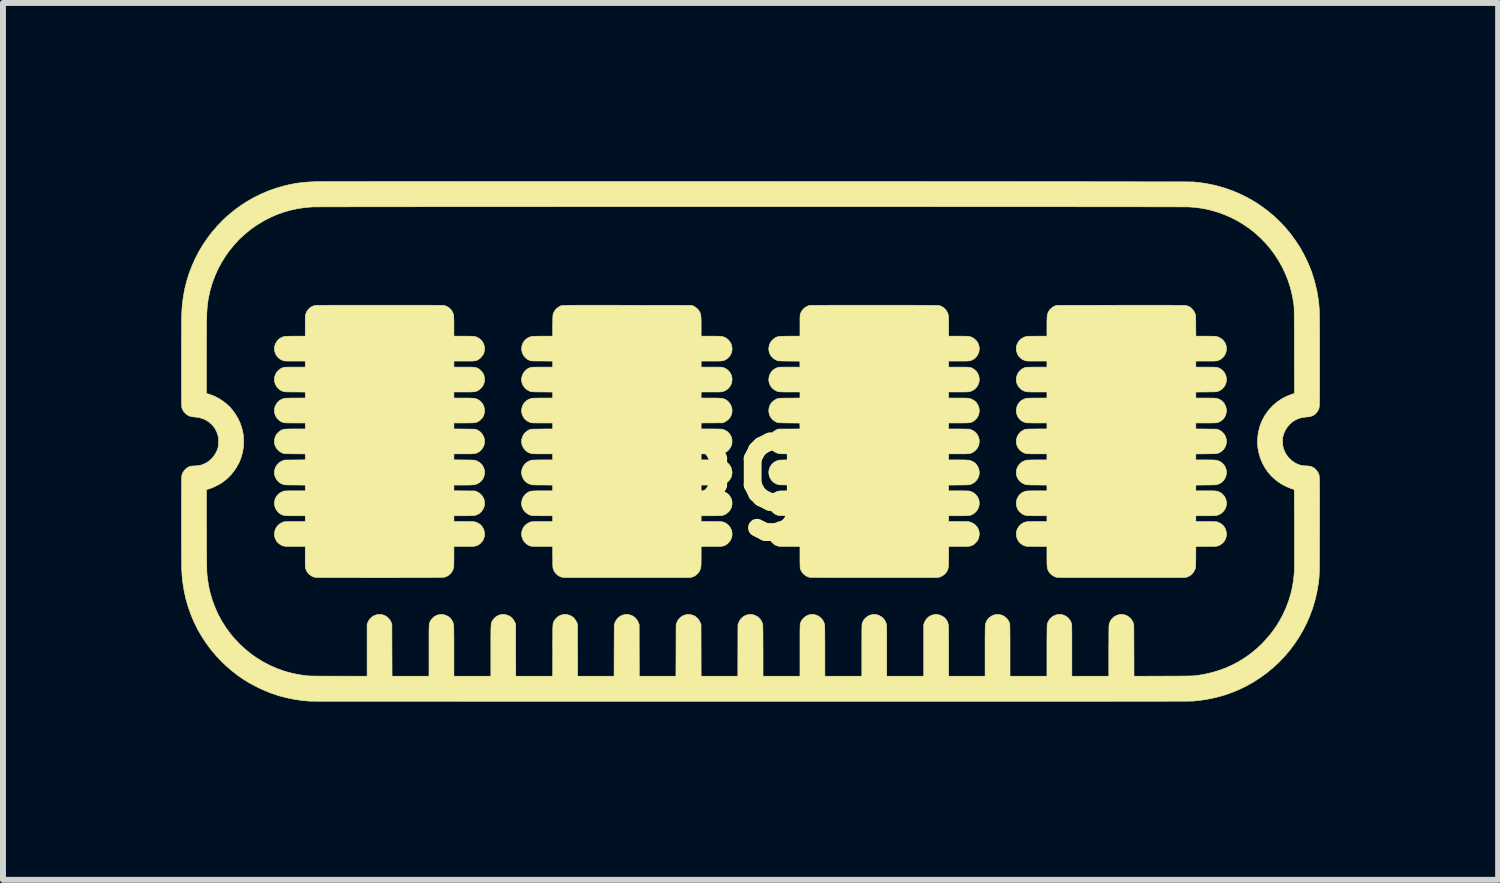
<source format=kicad_pcb>
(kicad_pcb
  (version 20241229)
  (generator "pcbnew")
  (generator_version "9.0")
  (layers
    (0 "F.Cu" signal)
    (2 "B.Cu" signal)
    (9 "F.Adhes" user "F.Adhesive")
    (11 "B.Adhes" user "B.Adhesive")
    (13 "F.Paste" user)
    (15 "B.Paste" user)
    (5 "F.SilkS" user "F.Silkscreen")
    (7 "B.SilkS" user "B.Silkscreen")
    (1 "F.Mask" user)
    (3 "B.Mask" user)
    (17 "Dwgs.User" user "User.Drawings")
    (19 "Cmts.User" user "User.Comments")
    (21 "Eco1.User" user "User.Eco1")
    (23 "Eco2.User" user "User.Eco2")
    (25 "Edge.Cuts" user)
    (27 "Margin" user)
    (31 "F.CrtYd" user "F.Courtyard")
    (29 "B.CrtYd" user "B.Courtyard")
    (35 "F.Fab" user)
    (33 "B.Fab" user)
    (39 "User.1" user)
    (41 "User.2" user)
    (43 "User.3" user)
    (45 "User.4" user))
  (footprint "logo"
    (layer "F.Cu")
    (at 9.619 4.708)
    (property "Reference" "logo" (at 0 0 0) (layer "F.SilkS") (effects (font (size 1.524 1.524) (thickness 0.3))))
    (attr through_hole)
    (fp_poly (pts (xy 6.794 -2.62) (xy 6.868 -2.62) (xy 6.935 -2.62) (xy 6.996 -2.62) (xy 7.051 -2.62) (xy 7.099 -2.619) (xy 7.141 -2.619) (xy 7.178 -2.619) (xy 7.209 -2.618) (xy 7.235 -2.618) (xy 7.256 -2.618) (xy 7.272 -2.617) (xy 7.284 -2.617) (xy 7.291 -2.616) (xy 7.294 -2.616) (xy 7.331 -2.604) (xy 7.366 -2.584) (xy 7.396 -2.558) (xy 7.422 -2.527) (xy 7.442 -2.49) (xy 7.447 -2.476) (xy 7.449 -2.469) (xy 7.451 -2.463) (xy 7.453 -2.455) (xy 7.454 -2.446) (xy 7.455 -2.434) (xy 7.456 -2.419) (xy 7.457 -2.4) (xy 7.457 -2.375) (xy 7.458 -2.345) (xy 7.458 -2.308) (xy 7.458 -2.274) (xy 7.46 -2.1) (xy 7.619 -2.1) (xy 7.665 -2.1) (xy 7.703 -2.099) (xy 7.734 -2.099) (xy 7.759 -2.098) (xy 7.778 -2.097) (xy 7.793 -2.096) (xy 7.804 -2.094) (xy 7.807 -2.094) (xy 7.846 -2.081) (xy 7.881 -2.062) (xy 7.911 -2.038) (xy 7.936 -2.009) (xy 7.955 -1.976) (xy 7.968 -1.941) (xy 7.974 -1.903) (xy 7.973 -1.865) (xy 7.965 -1.826) (xy 7.95 -1.79) (xy 7.926 -1.755) (xy 7.898 -1.726) (xy 7.864 -1.704) (xy 7.829 -1.689) (xy 7.821 -1.687) (xy 7.814 -1.685) (xy 7.805 -1.684) (xy 7.794 -1.683) (xy 7.781 -1.682) (xy 7.763 -1.681) (xy 7.741 -1.681) (xy 7.714 -1.681) (xy 7.679 -1.681) (xy 7.638 -1.681) (xy 7.459 -1.681) (xy 7.459 -1.579) (xy 7.627 -1.579) (xy 7.673 -1.579) (xy 7.711 -1.579) (xy 7.742 -1.578) (xy 7.767 -1.578) (xy 7.788 -1.576) (xy 7.805 -1.575) (xy 7.819 -1.572) (xy 7.831 -1.57) (xy 7.841 -1.566) (xy 7.852 -1.561) (xy 7.864 -1.555) (xy 7.865 -1.555) (xy 7.889 -1.539) (xy 7.913 -1.518) (xy 7.934 -1.494) (xy 7.949 -1.471) (xy 7.965 -1.432) (xy 7.973 -1.392) (xy 7.974 -1.353) (xy 7.967 -1.315) (xy 7.953 -1.279) (xy 7.933 -1.246) (xy 7.907 -1.216) (xy 7.874 -1.192) (xy 7.837 -1.173) (xy 7.833 -1.172) (xy 7.827 -1.169) (xy 7.82 -1.168) (xy 7.813 -1.166) (xy 7.804 -1.165) (xy 7.792 -1.164) (xy 7.777 -1.163) (xy 7.757 -1.162) (xy 7.732 -1.162) (xy 7.701 -1.162) (xy 7.663 -1.161) (xy 7.634 -1.161) (xy 7.459 -1.159) (xy 7.459 -1.058) (xy 7.615 -1.058) (xy 7.652 -1.058) (xy 7.687 -1.058) (xy 7.72 -1.057) (xy 7.748 -1.057) (xy 7.772 -1.056) (xy 7.789 -1.055) (xy 7.798 -1.054) (xy 7.837 -1.044) (xy 7.873 -1.027) (xy 7.904 -1.004) (xy 7.93 -0.976) (xy 7.95 -0.944) (xy 7.964 -0.91) (xy 7.972 -0.872) (xy 7.974 -0.834) (xy 7.967 -0.795) (xy 7.954 -0.756) (xy 7.951 -0.75) (xy 7.929 -0.716) (xy 7.9 -0.687) (xy 7.867 -0.664) (xy 7.83 -0.648) (xy 7.829 -0.648) (xy 7.821 -0.646) (xy 7.814 -0.644) (xy 7.805 -0.642) (xy 7.794 -0.641) (xy 7.781 -0.641) (xy 7.763 -0.64) (xy 7.741 -0.64) (xy 7.714 -0.639) (xy 7.679 -0.639) (xy 7.638 -0.639) (xy 7.459 -0.639) (xy 7.459 -0.538) (xy 7.636 -0.537) (xy 7.679 -0.536) (xy 7.715 -0.536) (xy 7.744 -0.536) (xy 7.768 -0.535) (xy 7.786 -0.535) (xy 7.8 -0.534) (xy 7.811 -0.533) (xy 7.819 -0.532) (xy 7.826 -0.53) (xy 7.833 -0.528) (xy 7.837 -0.526) (xy 7.873 -0.508) (xy 7.905 -0.484) (xy 7.932 -0.455) (xy 7.953 -0.421) (xy 7.967 -0.385) (xy 7.974 -0.346) (xy 7.974 -0.315) (xy 7.967 -0.273) (xy 7.952 -0.234) (xy 7.93 -0.2) (xy 7.902 -0.17) (xy 7.867 -0.146) (xy 7.833 -0.13) (xy 7.827 -0.128) (xy 7.82 -0.126) (xy 7.813 -0.125) (xy 7.804 -0.123) (xy 7.792 -0.122) (xy 7.777 -0.122) (xy 7.757 -0.121) (xy 7.732 -0.121) (xy 7.701 -0.12) (xy 7.663 -0.12) (xy 7.634 -0.119) (xy 7.459 -0.118) (xy 7.459 -0.017) (xy 7.615 -0.017) (xy 7.652 -0.017) (xy 7.687 -0.016) (xy 7.72 -0.016) (xy 7.748 -0.015) (xy 7.772 -0.014) (xy 7.789 -0.013) (xy 7.798 -0.013) (xy 7.835 -0.003) (xy 7.871 0.014) (xy 7.903 0.037) (xy 7.93 0.065) (xy 7.939 0.077) (xy 7.959 0.115) (xy 7.971 0.155) (xy 7.975 0.195) (xy 7.97 0.236) (xy 7.957 0.276) (xy 7.953 0.286) (xy 7.931 0.322) (xy 7.903 0.352) (xy 7.87 0.376) (xy 7.831 0.393) (xy 7.828 0.395) (xy 7.82 0.397) (xy 7.813 0.399) (xy 7.805 0.4) (xy 7.794 0.402) (xy 7.781 0.402) (xy 7.765 0.403) (xy 7.743 0.404) (xy 7.717 0.404) (xy 7.684 0.405) (xy 7.643 0.405) (xy 7.63 0.405) (xy 7.459 0.407) (xy 7.459 0.504) (xy 7.628 0.504) (xy 7.673 0.504) (xy 7.71 0.504) (xy 7.741 0.504) (xy 7.767 0.505) (xy 7.787 0.506) (xy 7.804 0.508) (xy 7.818 0.51) (xy 7.83 0.513) (xy 7.84 0.517) (xy 7.851 0.522) (xy 7.863 0.528) (xy 7.867 0.53) (xy 7.899 0.552) (xy 7.927 0.58) (xy 7.949 0.612) (xy 7.964 0.648) (xy 7.973 0.687) (xy 7.975 0.726) (xy 7.971 0.754) (xy 7.959 0.792) (xy 7.94 0.827) (xy 7.914 0.858) (xy 7.884 0.884) (xy 7.849 0.904) (xy 7.811 0.917) (xy 7.807 0.918) (xy 7.796 0.92) (xy 7.777 0.921) (xy 7.751 0.922) (xy 7.718 0.922) (xy 7.678 0.923) (xy 7.632 0.923) (xy 7.622 0.923) (xy 7.459 0.923) (xy 7.459 1.02) (xy 7.634 1.021) (xy 7.677 1.022) (xy 7.713 1.022) (xy 7.741 1.022) (xy 7.764 1.023) (xy 7.783 1.024) (xy 7.796 1.024) (xy 7.807 1.025) (xy 7.816 1.027) (xy 7.823 1.028) (xy 7.829 1.03) (xy 7.833 1.032) (xy 7.873 1.051) (xy 7.906 1.076) (xy 7.934 1.106) (xy 7.954 1.141) (xy 7.968 1.181) (xy 7.974 1.217) (xy 7.973 1.257) (xy 7.965 1.295) (xy 7.949 1.331) (xy 7.927 1.364) (xy 7.899 1.392) (xy 7.865 1.415) (xy 7.837 1.428) (xy 7.831 1.43) (xy 7.824 1.432) (xy 7.817 1.434) (xy 7.808 1.435) (xy 7.796 1.436) (xy 7.781 1.437) (xy 7.761 1.437) (xy 7.737 1.438) (xy 7.706 1.438) (xy 7.668 1.438) (xy 7.636 1.438) (xy 7.46 1.44) (xy 7.458 1.616) (xy 7.458 1.661) (xy 7.457 1.699) (xy 7.456 1.729) (xy 7.456 1.754) (xy 7.455 1.773) (xy 7.454 1.788) (xy 7.453 1.799) (xy 7.451 1.807) (xy 7.45 1.812) (xy 7.432 1.852) (xy 7.408 1.887) (xy 7.38 1.916) (xy 7.346 1.939) (xy 7.309 1.955) (xy 7.291 1.96) (xy 7.285 1.96) (xy 7.274 1.961) (xy 7.257 1.961) (xy 7.234 1.962) (xy 7.205 1.962) (xy 7.17 1.962) (xy 7.128 1.963) (xy 7.079 1.963) (xy 7.024 1.963) (xy 6.962 1.963) (xy 6.892 1.964) (xy 6.816 1.964) (xy 6.731 1.964) (xy 6.639 1.964) (xy 6.54 1.964) (xy 6.432 1.964) (xy 6.316 1.964) (xy 6.203 1.964) (xy 6.09 1.964) (xy 5.986 1.964) (xy 5.889 1.964) (xy 5.8 1.964) (xy 5.718 1.964) (xy 5.643 1.964) (xy 5.575 1.964) (xy 5.513 1.964) (xy 5.457 1.963) (xy 5.406 1.963) (xy 5.361 1.963) (xy 5.321 1.963) (xy 5.285 1.963) (xy 5.254 1.962) (xy 5.227 1.962) (xy 5.204 1.962) (xy 5.184 1.961) (xy 5.167 1.961) (xy 5.153 1.961) (xy 5.142 1.96) (xy 5.132 1.96) (xy 5.125 1.959) (xy 5.119 1.958) (xy 5.115 1.958) (xy 5.111 1.957) (xy 5.109 1.957) (xy 5.075 1.944) (xy 5.042 1.924) (xy 5.013 1.899) (xy 4.99 1.871) (xy 4.976 1.848) (xy 4.971 1.835) (xy 4.966 1.823) (xy 4.963 1.811) (xy 4.96 1.797) (xy 4.957 1.78) (xy 4.956 1.761) (xy 4.954 1.737) (xy 4.954 1.707) (xy 4.953 1.672) (xy 4.953 1.629) (xy 4.953 1.603) (xy 4.953 1.439) (xy 4.785 1.439) (xy 4.742 1.439) (xy 4.703 1.439) (xy 4.669 1.438) (xy 4.641 1.437) (xy 4.619 1.437) (xy 4.604 1.436) (xy 4.598 1.435) (xy 4.56 1.422) (xy 4.526 1.402) (xy 4.497 1.377) (xy 4.473 1.347) (xy 4.454 1.313) (xy 4.442 1.276) (xy 4.437 1.238) (xy 4.439 1.198) (xy 4.443 1.179) (xy 4.457 1.142) (xy 4.478 1.108) (xy 4.505 1.078) (xy 4.536 1.053) (xy 4.571 1.035) (xy 4.608 1.025) (xy 4.619 1.024) (xy 4.638 1.023) (xy 4.664 1.022) (xy 4.695 1.021) (xy 4.733 1.02) (xy 4.774 1.02) (xy 4.793 1.02) (xy 4.953 1.02) (xy 4.953 0.923) (xy 4.789 0.923) (xy 4.743 0.923) (xy 4.704 0.922) (xy 4.672 0.922) (xy 4.646 0.921) (xy 4.624 0.92) (xy 4.606 0.918) (xy 4.592 0.915) (xy 4.579 0.911) (xy 4.567 0.907) (xy 4.556 0.902) (xy 4.546 0.897) (xy 4.525 0.883) (xy 4.503 0.864) (xy 4.482 0.842) (xy 4.466 0.819) (xy 4.46 0.81) (xy 4.445 0.771) (xy 4.438 0.732) (xy 4.438 0.693) (xy 4.445 0.655) (xy 4.459 0.619) (xy 4.479 0.587) (xy 4.505 0.558) (xy 4.536 0.534) (xy 4.573 0.517) (xy 4.594 0.51) (xy 4.602 0.508) (xy 4.612 0.507) (xy 4.627 0.506) (xy 4.646 0.505) (xy 4.67 0.505) (xy 4.7 0.504) (xy 4.737 0.504) (xy 4.782 0.504) (xy 4.785 0.504) (xy 4.953 0.504) (xy 4.953 0.407) (xy 4.783 0.405) (xy 4.739 0.405) (xy 4.703 0.404) (xy 4.674 0.404) (xy 4.651 0.403) (xy 4.632 0.402) (xy 4.618 0.401) (xy 4.607 0.4) (xy 4.599 0.399) (xy 4.591 0.397) (xy 4.589 0.396) (xy 4.549 0.379) (xy 4.514 0.356) (xy 4.485 0.328) (xy 4.462 0.294) (xy 4.446 0.257) (xy 4.441 0.238) (xy 4.437 0.197) (xy 4.44 0.158) (xy 4.451 0.12) (xy 4.468 0.086) (xy 4.492 0.055) (xy 4.52 0.028) (xy 4.553 0.007) (xy 4.591 -0.007) (xy 4.614 -0.013) (xy 4.625 -0.014) (xy 4.643 -0.014) (xy 4.667 -0.015) (xy 4.696 -0.016) (xy 4.729 -0.016) (xy 4.765 -0.017) (xy 4.797 -0.017) (xy 4.953 -0.017) (xy 4.953 -0.119) (xy 4.79 -0.119) (xy 4.743 -0.119) (xy 4.702 -0.119) (xy 4.668 -0.12) (xy 4.64 -0.121) (xy 4.619 -0.122) (xy 4.607 -0.123) (xy 4.605 -0.123) (xy 4.567 -0.135) (xy 4.531 -0.155) (xy 4.5 -0.18) (xy 4.474 -0.211) (xy 4.454 -0.246) (xy 4.443 -0.277) (xy 4.437 -0.316) (xy 4.439 -0.355) (xy 4.448 -0.393) (xy 4.463 -0.428) (xy 4.485 -0.461) (xy 4.511 -0.489) (xy 4.543 -0.511) (xy 4.578 -0.528) (xy 4.597 -0.533) (xy 4.607 -0.534) (xy 4.623 -0.535) (xy 4.647 -0.536) (xy 4.677 -0.537) (xy 4.713 -0.537) (xy 4.753 -0.537) (xy 4.785 -0.538) (xy 4.953 -0.538) (xy 4.953 -0.639) (xy 4.782 -0.639) (xy 4.739 -0.639) (xy 4.704 -0.639) (xy 4.675 -0.64) (xy 4.652 -0.64) (xy 4.634 -0.64) (xy 4.62 -0.641) (xy 4.609 -0.642) (xy 4.6 -0.644) (xy 4.592 -0.645) (xy 4.585 -0.647) (xy 4.584 -0.648) (xy 4.546 -0.663) (xy 4.513 -0.685) (xy 4.486 -0.712) (xy 4.465 -0.742) (xy 4.449 -0.776) (xy 4.44 -0.812) (xy 4.437 -0.849) (xy 4.441 -0.886) (xy 4.452 -0.923) (xy 4.469 -0.958) (xy 4.494 -0.991) (xy 4.499 -0.996) (xy 4.52 -1.014) (xy 4.546 -1.03) (xy 4.575 -1.043) (xy 4.604 -1.052) (xy 4.614 -1.054) (xy 4.625 -1.055) (xy 4.643 -1.056) (xy 4.667 -1.057) (xy 4.696 -1.057) (xy 4.729 -1.058) (xy 4.764 -1.058) (xy 4.797 -1.058) (xy 4.953 -1.058) (xy 4.953 -1.16) (xy 4.793 -1.16) (xy 4.75 -1.16) (xy 4.71 -1.16) (xy 4.676 -1.161) (xy 4.648 -1.162) (xy 4.626 -1.163) (xy 4.611 -1.164) (xy 4.608 -1.165) (xy 4.57 -1.176) (xy 4.535 -1.194) (xy 4.503 -1.219) (xy 4.477 -1.249) (xy 4.456 -1.283) (xy 4.443 -1.319) (xy 4.437 -1.358) (xy 4.439 -1.397) (xy 4.448 -1.435) (xy 4.463 -1.47) (xy 4.485 -1.502) (xy 4.511 -1.53) (xy 4.543 -1.553) (xy 4.579 -1.569) (xy 4.598 -1.574) (xy 4.607 -1.576) (xy 4.623 -1.577) (xy 4.647 -1.577) (xy 4.677 -1.578) (xy 4.712 -1.579) (xy 4.752 -1.579) (xy 4.785 -1.579) (xy 4.953 -1.579) (xy 4.953 -1.681) (xy 4.782 -1.681) (xy 4.739 -1.681) (xy 4.704 -1.681) (xy 4.675 -1.681) (xy 4.652 -1.681) (xy 4.634 -1.682) (xy 4.62 -1.683) (xy 4.609 -1.684) (xy 4.6 -1.685) (xy 4.592 -1.687) (xy 4.585 -1.689) (xy 4.584 -1.689) (xy 4.546 -1.705) (xy 4.512 -1.728) (xy 4.484 -1.757) (xy 4.461 -1.791) (xy 4.458 -1.797) (xy 4.444 -1.836) (xy 4.437 -1.875) (xy 4.438 -1.913) (xy 4.446 -1.951) (xy 4.461 -1.986) (xy 4.482 -2.017) (xy 4.508 -2.045) (xy 4.54 -2.068) (xy 4.576 -2.085) (xy 4.605 -2.094) (xy 4.615 -2.095) (xy 4.629 -2.097) (xy 4.647 -2.098) (xy 4.67 -2.099) (xy 4.698 -2.099) (xy 4.734 -2.099) (xy 4.776 -2.1) (xy 4.793 -2.1) (xy 4.953 -2.1) (xy 4.953 -2.26) (xy 4.953 -2.305) (xy 4.953 -2.343) (xy 4.954 -2.375) (xy 4.955 -2.401) (xy 4.956 -2.422) (xy 4.957 -2.439) (xy 4.959 -2.454) (xy 4.962 -2.466) (xy 4.966 -2.478) (xy 4.97 -2.489) (xy 4.97 -2.49) (xy 4.986 -2.522) (xy 5.008 -2.551) (xy 5.036 -2.577) (xy 5.068 -2.599) (xy 5.088 -2.608) (xy 5.112 -2.618) (xy 6.191 -2.62) (xy 6.311 -2.62) (xy 6.423 -2.62) (xy 6.527 -2.62) (xy 6.624 -2.62) (xy 6.712 -2.62) (xy 6.794 -2.62)) (stroke (width 0.01) (type solid)) (fill yes) (layer "F.SilkS"))
    (fp_poly (pts (xy 2.045 -2.62) (xy 2.175 -2.62) (xy 2.296 -2.62) (xy 2.409 -2.62) (xy 2.514 -2.62) (xy 2.61 -2.62) (xy 2.699 -2.62) (xy 2.779 -2.619) (xy 2.851 -2.619) (xy 2.914 -2.619) (xy 2.97 -2.619) (xy 3.017 -2.618) (xy 3.057 -2.618) (xy 3.089 -2.617) (xy 3.112 -2.617) (xy 3.128 -2.616) (xy 3.136 -2.616) (xy 3.137 -2.616) (xy 3.173 -2.603) (xy 3.207 -2.584) (xy 3.236 -2.558) (xy 3.261 -2.527) (xy 3.28 -2.493) (xy 3.292 -2.456) (xy 3.293 -2.447) (xy 3.294 -2.436) (xy 3.295 -2.417) (xy 3.296 -2.393) (xy 3.297 -2.363) (xy 3.297 -2.328) (xy 3.298 -2.291) (xy 3.298 -2.26) (xy 3.298 -2.1) (xy 3.458 -2.1) (xy 3.504 -2.1) (xy 3.542 -2.099) (xy 3.574 -2.099) (xy 3.601 -2.098) (xy 3.623 -2.096) (xy 3.64 -2.094) (xy 3.656 -2.091) (xy 3.669 -2.088) (xy 3.681 -2.084) (xy 3.693 -2.078) (xy 3.699 -2.076) (xy 3.719 -2.064) (xy 3.74 -2.046) (xy 3.761 -2.026) (xy 3.779 -2.004) (xy 3.79 -1.987) (xy 3.805 -1.95) (xy 3.813 -1.911) (xy 3.813 -1.872) (xy 3.807 -1.835) (xy 3.793 -1.799) (xy 3.774 -1.766) (xy 3.749 -1.737) (xy 3.718 -1.713) (xy 3.682 -1.694) (xy 3.667 -1.689) (xy 3.66 -1.687) (xy 3.652 -1.685) (xy 3.643 -1.684) (xy 3.633 -1.683) (xy 3.619 -1.682) (xy 3.601 -1.681) (xy 3.579 -1.681) (xy 3.551 -1.681) (xy 3.516 -1.681) (xy 3.474 -1.681) (xy 3.298 -1.681) (xy 3.298 -1.579) (xy 3.466 -1.579) (xy 3.512 -1.579) (xy 3.551 -1.579) (xy 3.582 -1.578) (xy 3.609 -1.578) (xy 3.63 -1.576) (xy 3.647 -1.574) (xy 3.661 -1.572) (xy 3.673 -1.569) (xy 3.684 -1.565) (xy 3.695 -1.56) (xy 3.706 -1.555) (xy 3.726 -1.541) (xy 3.747 -1.523) (xy 3.767 -1.502) (xy 3.783 -1.481) (xy 3.79 -1.469) (xy 3.805 -1.429) (xy 3.813 -1.388) (xy 3.813 -1.348) (xy 3.805 -1.309) (xy 3.789 -1.272) (xy 3.766 -1.239) (xy 3.748 -1.219) (xy 3.716 -1.194) (xy 3.681 -1.176) (xy 3.645 -1.165) (xy 3.643 -1.165) (xy 3.632 -1.163) (xy 3.613 -1.162) (xy 3.587 -1.161) (xy 3.555 -1.161) (xy 3.518 -1.16) (xy 3.477 -1.16) (xy 3.458 -1.16) (xy 3.298 -1.16) (xy 3.298 -1.058) (xy 3.453 -1.058) (xy 3.49 -1.058) (xy 3.525 -1.058) (xy 3.558 -1.057) (xy 3.586 -1.057) (xy 3.61 -1.056) (xy 3.627 -1.055) (xy 3.636 -1.054) (xy 3.657 -1.049) (xy 3.68 -1.041) (xy 3.698 -1.033) (xy 3.732 -1.012) (xy 3.761 -0.986) (xy 3.783 -0.955) (xy 3.8 -0.922) (xy 3.81 -0.887) (xy 3.814 -0.85) (xy 3.811 -0.813) (xy 3.802 -0.777) (xy 3.787 -0.743) (xy 3.765 -0.712) (xy 3.737 -0.685) (xy 3.719 -0.672) (xy 3.707 -0.665) (xy 3.696 -0.658) (xy 3.685 -0.653) (xy 3.673 -0.649) (xy 3.659 -0.646) (xy 3.643 -0.643) (xy 3.624 -0.641) (xy 3.599 -0.64) (xy 3.57 -0.64) (xy 3.534 -0.639) (xy 3.491 -0.639) (xy 3.469 -0.639) (xy 3.298 -0.639) (xy 3.298 -0.538) (xy 3.466 -0.538) (xy 3.509 -0.537) (xy 3.548 -0.537) (xy 3.582 -0.536) (xy 3.611 -0.536) (xy 3.633 -0.535) (xy 3.647 -0.534) (xy 3.653 -0.533) (xy 3.685 -0.522) (xy 3.717 -0.505) (xy 3.745 -0.483) (xy 3.753 -0.476) (xy 3.779 -0.444) (xy 3.798 -0.409) (xy 3.81 -0.37) (xy 3.814 -0.331) (xy 3.81 -0.29) (xy 3.799 -0.251) (xy 3.79 -0.232) (xy 3.777 -0.21) (xy 3.758 -0.188) (xy 3.736 -0.167) (xy 3.714 -0.15) (xy 3.705 -0.145) (xy 3.693 -0.138) (xy 3.681 -0.133) (xy 3.669 -0.129) (xy 3.656 -0.126) (xy 3.641 -0.123) (xy 3.623 -0.122) (xy 3.6 -0.12) (xy 3.573 -0.119) (xy 3.539 -0.119) (xy 3.499 -0.119) (xy 3.462 -0.119) (xy 3.298 -0.119) (xy 3.298 -0.017) (xy 3.453 -0.017) (xy 3.49 -0.017) (xy 3.525 -0.016) (xy 3.558 -0.016) (xy 3.586 -0.015) (xy 3.61 -0.014) (xy 3.627 -0.013) (xy 3.636 -0.013) (xy 3.664 -0.006) (xy 3.693 0.006) (xy 3.721 0.021) (xy 3.744 0.038) (xy 3.752 0.045) (xy 3.778 0.078) (xy 3.797 0.114) (xy 3.809 0.152) (xy 3.814 0.19) (xy 3.811 0.229) (xy 3.801 0.267) (xy 3.784 0.302) (xy 3.759 0.335) (xy 3.753 0.341) (xy 3.728 0.363) (xy 3.701 0.38) (xy 3.669 0.394) (xy 3.662 0.396) (xy 3.655 0.398) (xy 3.647 0.4) (xy 3.637 0.401) (xy 3.624 0.402) (xy 3.608 0.403) (xy 3.586 0.404) (xy 3.559 0.404) (xy 3.526 0.405) (xy 3.486 0.405) (xy 3.468 0.405) (xy 3.298 0.407) (xy 3.298 0.504) (xy 3.466 0.504) (xy 3.511 0.504) (xy 3.549 0.504) (xy 3.579 0.505) (xy 3.604 0.505) (xy 3.623 0.506) (xy 3.638 0.507) (xy 3.649 0.508) (xy 3.657 0.51) (xy 3.657 0.51) (xy 3.696 0.525) (xy 3.731 0.546) (xy 3.761 0.574) (xy 3.785 0.607) (xy 3.803 0.646) (xy 3.808 0.663) (xy 3.814 0.702) (xy 3.812 0.742) (xy 3.802 0.782) (xy 3.79 0.81) (xy 3.777 0.831) (xy 3.758 0.853) (xy 3.736 0.874) (xy 3.714 0.891) (xy 3.705 0.897) (xy 3.693 0.903) (xy 3.681 0.908) (xy 3.669 0.912) (xy 3.656 0.916) (xy 3.641 0.918) (xy 3.623 0.92) (xy 3.6 0.921) (xy 3.573 0.922) (xy 3.539 0.923) (xy 3.499 0.923) (xy 3.462 0.923) (xy 3.298 0.923) (xy 3.298 1.02) (xy 3.458 1.02) (xy 3.501 1.02) (xy 3.54 1.021) (xy 3.575 1.021) (xy 3.603 1.022) (xy 3.625 1.023) (xy 3.639 1.024) (xy 3.643 1.025) (xy 3.679 1.036) (xy 3.715 1.054) (xy 3.747 1.078) (xy 3.748 1.08) (xy 3.776 1.111) (xy 3.796 1.146) (xy 3.809 1.183) (xy 3.814 1.223) (xy 3.811 1.263) (xy 3.801 1.304) (xy 3.79 1.329) (xy 3.777 1.349) (xy 3.759 1.371) (xy 3.739 1.391) (xy 3.718 1.407) (xy 3.706 1.415) (xy 3.695 1.421) (xy 3.684 1.425) (xy 3.673 1.429) (xy 3.661 1.432) (xy 3.647 1.435) (xy 3.629 1.437) (xy 3.608 1.438) (xy 3.582 1.439) (xy 3.55 1.439) (xy 3.511 1.439) (xy 3.466 1.439) (xy 3.298 1.439) (xy 3.298 1.603) (xy 3.298 1.65) (xy 3.297 1.689) (xy 3.297 1.721) (xy 3.296 1.748) (xy 3.294 1.77) (xy 3.292 1.788) (xy 3.29 1.804) (xy 3.287 1.817) (xy 3.282 1.829) (xy 3.277 1.841) (xy 3.274 1.849) (xy 3.256 1.878) (xy 3.232 1.905) (xy 3.202 1.928) (xy 3.169 1.946) (xy 3.135 1.958) (xy 3.129 1.96) (xy 3.122 1.96) (xy 3.108 1.961) (xy 3.085 1.961) (xy 3.056 1.962) (xy 3.019 1.962) (xy 2.977 1.962) (xy 2.929 1.963) (xy 2.875 1.963) (xy 2.816 1.963) (xy 2.753 1.964) (xy 2.686 1.964) (xy 2.616 1.964) (xy 2.542 1.964) (xy 2.465 1.964) (xy 2.386 1.964) (xy 2.306 1.964) (xy 2.224 1.964) (xy 2.14 1.964) (xy 2.057 1.964) (xy 1.973 1.964) (xy 1.89 1.964) (xy 1.807 1.964) (xy 1.726 1.964) (xy 1.647 1.964) (xy 1.569 1.964) (xy 1.494 1.963) (xy 1.422 1.963) (xy 1.354 1.963) (xy 1.289 1.962) (xy 1.229 1.962) (xy 1.174 1.962) (xy 1.123 1.961) (xy 1.079 1.961) (xy 1.04 1.96) (xy 1.008 1.96) (xy 0.983 1.96) (xy 0.965 1.959) (xy 0.956 1.958) (xy 0.954 1.958) (xy 0.916 1.945) (xy 0.882 1.924) (xy 0.851 1.898) (xy 0.827 1.866) (xy 0.808 1.831) (xy 0.802 1.81) (xy 0.8 1.802) (xy 0.799 1.79) (xy 0.798 1.774) (xy 0.797 1.753) (xy 0.797 1.725) (xy 0.796 1.691) (xy 0.796 1.65) (xy 0.796 1.614) (xy 0.796 1.439) (xy 0.623 1.439) (xy 0.578 1.439) (xy 0.541 1.439) (xy 0.51 1.439) (xy 0.486 1.438) (xy 0.466 1.438) (xy 0.451 1.437) (xy 0.44 1.435) (xy 0.431 1.434) (xy 0.426 1.433) (xy 0.388 1.419) (xy 0.354 1.398) (xy 0.325 1.371) (xy 0.302 1.339) (xy 0.285 1.303) (xy 0.274 1.264) (xy 0.271 1.228) (xy 0.275 1.189) (xy 0.287 1.152) (xy 0.305 1.118) (xy 0.329 1.087) (xy 0.359 1.061) (xy 0.392 1.041) (xy 0.429 1.028) (xy 0.442 1.025) (xy 0.453 1.024) (xy 0.472 1.023) (xy 0.497 1.022) (xy 0.528 1.021) (xy 0.565 1.021) (xy 0.606 1.02) (xy 0.632 1.02) (xy 0.796 1.02) (xy 0.796 0.923) (xy 0.628 0.923) (xy 0.581 0.923) (xy 0.542 0.922) (xy 0.509 0.922) (xy 0.482 0.921) (xy 0.461 0.92) (xy 0.443 0.918) (xy 0.428 0.915) (xy 0.415 0.912) (xy 0.403 0.908) (xy 0.392 0.903) (xy 0.381 0.897) (xy 0.359 0.883) (xy 0.337 0.864) (xy 0.317 0.842) (xy 0.3 0.819) (xy 0.295 0.81) (xy 0.279 0.771) (xy 0.272 0.731) (xy 0.272 0.692) (xy 0.279 0.655) (xy 0.293 0.619) (xy 0.314 0.587) (xy 0.34 0.558) (xy 0.371 0.534) (xy 0.407 0.517) (xy 0.428 0.51) (xy 0.436 0.508) (xy 0.446 0.507) (xy 0.461 0.506) (xy 0.479 0.505) (xy 0.503 0.505) (xy 0.533 0.504) (xy 0.57 0.504) (xy 0.614 0.504) (xy 0.623 0.504) (xy 0.796 0.504) (xy 0.796 0.407) (xy 0.621 0.405) (xy 0.576 0.405) (xy 0.538 0.404) (xy 0.506 0.403) (xy 0.482 0.403) (xy 0.462 0.402) (xy 0.447 0.401) (xy 0.436 0.399) (xy 0.428 0.398) (xy 0.425 0.397) (xy 0.386 0.381) (xy 0.351 0.359) (xy 0.321 0.33) (xy 0.298 0.297) (xy 0.281 0.26) (xy 0.279 0.251) (xy 0.272 0.21) (xy 0.272 0.17) (xy 0.281 0.131) (xy 0.296 0.095) (xy 0.318 0.062) (xy 0.346 0.034) (xy 0.38 0.012) (xy 0.387 0.008) (xy 0.41 -0.002) (xy 0.433 -0.009) (xy 0.449 -0.013) (xy 0.459 -0.014) (xy 0.477 -0.014) (xy 0.501 -0.015) (xy 0.53 -0.016) (xy 0.563 -0.016) (xy 0.599 -0.017) (xy 0.636 -0.017) (xy 0.636 -0.017) (xy 0.796 -0.017) (xy 0.796 -0.119) (xy 0.629 -0.119) (xy 0.58 -0.119) (xy 0.537 -0.119) (xy 0.502 -0.12) (xy 0.474 -0.121) (xy 0.453 -0.122) (xy 0.441 -0.123) (xy 0.439 -0.123) (xy 0.401 -0.136) (xy 0.365 -0.155) (xy 0.334 -0.18) (xy 0.308 -0.211) (xy 0.288 -0.246) (xy 0.276 -0.284) (xy 0.275 -0.287) (xy 0.271 -0.327) (xy 0.275 -0.366) (xy 0.286 -0.404) (xy 0.303 -0.439) (xy 0.327 -0.471) (xy 0.357 -0.498) (xy 0.392 -0.519) (xy 0.402 -0.524) (xy 0.43 -0.536) (xy 0.613 -0.537) (xy 0.796 -0.538) (xy 0.795 -0.588) (xy 0.794 -0.637) (xy 0.612 -0.639) (xy 0.568 -0.64) (xy 0.531 -0.64) (xy 0.501 -0.641) (xy 0.478 -0.641) (xy 0.459 -0.642) (xy 0.444 -0.643) (xy 0.433 -0.644) (xy 0.425 -0.645) (xy 0.418 -0.647) (xy 0.412 -0.649) (xy 0.406 -0.651) (xy 0.406 -0.651) (xy 0.368 -0.671) (xy 0.336 -0.696) (xy 0.309 -0.727) (xy 0.289 -0.762) (xy 0.276 -0.8) (xy 0.271 -0.841) (xy 0.271 -0.847) (xy 0.275 -0.888) (xy 0.287 -0.927) (xy 0.305 -0.962) (xy 0.331 -0.993) (xy 0.362 -1.019) (xy 0.399 -1.04) (xy 0.415 -1.046) (xy 0.422 -1.049) (xy 0.429 -1.051) (xy 0.436 -1.052) (xy 0.445 -1.054) (xy 0.457 -1.055) (xy 0.472 -1.055) (xy 0.491 -1.056) (xy 0.515 -1.056) (xy 0.545 -1.057) (xy 0.582 -1.057) (xy 0.619 -1.057) (xy 0.796 -1.059) (xy 0.796 -1.16) (xy 0.632 -1.16) (xy 0.588 -1.16) (xy 0.549 -1.16) (xy 0.515 -1.161) (xy 0.486 -1.162) (xy 0.463 -1.163) (xy 0.448 -1.164) (xy 0.442 -1.164) (xy 0.404 -1.175) (xy 0.369 -1.194) (xy 0.338 -1.218) (xy 0.311 -1.249) (xy 0.291 -1.283) (xy 0.277 -1.32) (xy 0.271 -1.359) (xy 0.273 -1.398) (xy 0.282 -1.436) (xy 0.297 -1.471) (xy 0.319 -1.503) (xy 0.346 -1.531) (xy 0.378 -1.553) (xy 0.414 -1.569) (xy 0.426 -1.573) (xy 0.433 -1.574) (xy 0.443 -1.576) (xy 0.456 -1.577) (xy 0.473 -1.578) (xy 0.494 -1.578) (xy 0.52 -1.579) (xy 0.553 -1.579) (xy 0.593 -1.579) (xy 0.623 -1.579) (xy 0.796 -1.579) (xy 0.795 -1.629) (xy 0.794 -1.679) (xy 0.612 -1.681) (xy 0.568 -1.681) (xy 0.531 -1.682) (xy 0.501 -1.682) (xy 0.477 -1.683) (xy 0.459 -1.683) (xy 0.444 -1.684) (xy 0.433 -1.685) (xy 0.425 -1.687) (xy 0.418 -1.688) (xy 0.412 -1.69) (xy 0.407 -1.692) (xy 0.369 -1.712) (xy 0.337 -1.737) (xy 0.31 -1.767) (xy 0.29 -1.801) (xy 0.277 -1.837) (xy 0.271 -1.876) (xy 0.273 -1.915) (xy 0.282 -1.955) (xy 0.295 -1.987) (xy 0.308 -2.007) (xy 0.326 -2.028) (xy 0.347 -2.048) (xy 0.369 -2.065) (xy 0.387 -2.076) (xy 0.399 -2.082) (xy 0.411 -2.086) (xy 0.424 -2.09) (xy 0.438 -2.093) (xy 0.454 -2.095) (xy 0.474 -2.097) (xy 0.498 -2.098) (xy 0.527 -2.099) (xy 0.562 -2.099) (xy 0.604 -2.1) (xy 0.632 -2.1) (xy 0.796 -2.1) (xy 0.796 -2.276) (xy 0.796 -2.319) (xy 0.796 -2.355) (xy 0.796 -2.384) (xy 0.796 -2.407) (xy 0.797 -2.426) (xy 0.798 -2.44) (xy 0.799 -2.451) (xy 0.8 -2.46) (xy 0.802 -2.467) (xy 0.803 -2.474) (xy 0.805 -2.478) (xy 0.821 -2.515) (xy 0.845 -2.548) (xy 0.875 -2.576) (xy 0.909 -2.599) (xy 0.947 -2.614) (xy 0.95 -2.615) (xy 0.954 -2.615) (xy 0.96 -2.616) (xy 0.969 -2.616) (xy 0.98 -2.617) (xy 0.995 -2.617) (xy 1.014 -2.618) (xy 1.036 -2.618) (xy 1.063 -2.618) (xy 1.094 -2.619) (xy 1.13 -2.619) (xy 1.171 -2.619) (xy 1.217 -2.619) (xy 1.269 -2.62) (xy 1.327 -2.62) (xy 1.391 -2.62) (xy 1.461 -2.62) (xy 1.538 -2.62) (xy 1.622 -2.62) (xy 1.713 -2.62) (xy 1.812 -2.62) (xy 1.919 -2.62) (xy 2.034 -2.62) (xy 2.045 -2.62)) (stroke (width 0.01) (type solid)) (fill yes) (layer "F.SilkS"))
    (fp_poly (pts (xy -2.683 -2.62) (xy -2.606 -2.62) (xy -2.523 -2.62) (xy -2.433 -2.62) (xy -2.336 -2.62) (xy -2.23 -2.62) (xy -2.117 -2.619) (xy -2.108 -2.619) (xy -1.027 -2.618) (xy -1.003 -2.609) (xy -0.971 -2.591) (xy -0.941 -2.569) (xy -0.915 -2.542) (xy -0.895 -2.513) (xy -0.89 -2.503) (xy -0.885 -2.491) (xy -0.881 -2.479) (xy -0.877 -2.466) (xy -0.874 -2.451) (xy -0.872 -2.434) (xy -0.87 -2.414) (xy -0.869 -2.388) (xy -0.868 -2.358) (xy -0.868 -2.321) (xy -0.868 -2.277) (xy -0.868 -2.262) (xy -0.868 -2.1) (xy -0.706 -2.1) (xy -0.659 -2.1) (xy -0.62 -2.099) (xy -0.587 -2.099) (xy -0.56 -2.098) (xy -0.538 -2.096) (xy -0.52 -2.094) (xy -0.504 -2.091) (xy -0.491 -2.088) (xy -0.479 -2.083) (xy -0.467 -2.078) (xy -0.462 -2.076) (xy -0.448 -2.067) (xy -0.431 -2.055) (xy -0.415 -2.042) (xy -0.413 -2.04) (xy -0.386 -2.009) (xy -0.365 -1.974) (xy -0.353 -1.936) (xy -0.347 -1.897) (xy -0.349 -1.857) (xy -0.359 -1.817) (xy -0.371 -1.79) (xy -0.383 -1.771) (xy -0.4 -1.75) (xy -0.42 -1.731) (xy -0.44 -1.714) (xy -0.455 -1.705) (xy -0.467 -1.699) (xy -0.477 -1.694) (xy -0.488 -1.691) (xy -0.499 -1.687) (xy -0.512 -1.685) (xy -0.528 -1.683) (xy -0.548 -1.682) (xy -0.571 -1.681) (xy -0.601 -1.681) (xy -0.636 -1.681) (xy -0.679 -1.681) (xy -0.695 -1.681) (xy -0.868 -1.681) (xy -0.868 -1.579) (xy -0.695 -1.579) (xy -0.651 -1.579) (xy -0.616 -1.579) (xy -0.587 -1.579) (xy -0.564 -1.578) (xy -0.545 -1.578) (xy -0.531 -1.577) (xy -0.52 -1.576) (xy -0.511 -1.575) (xy -0.503 -1.573) (xy -0.496 -1.571) (xy -0.494 -1.571) (xy -0.457 -1.555) (xy -0.423 -1.532) (xy -0.394 -1.504) (xy -0.372 -1.47) (xy -0.356 -1.433) (xy -0.354 -1.424) (xy -0.347 -1.384) (xy -0.349 -1.344) (xy -0.357 -1.306) (xy -0.373 -1.27) (xy -0.395 -1.238) (xy -0.422 -1.21) (xy -0.454 -1.188) (xy -0.491 -1.171) (xy -0.508 -1.166) (xy -0.517 -1.165) (xy -0.528 -1.163) (xy -0.543 -1.162) (xy -0.561 -1.161) (xy -0.584 -1.161) (xy -0.613 -1.16) (xy -0.649 -1.16) (xy -0.692 -1.16) (xy -0.702 -1.16) (xy -0.868 -1.16) (xy -0.868 -1.058) (xy -0.706 -1.058) (xy -0.659 -1.058) (xy -0.62 -1.058) (xy -0.587 -1.057) (xy -0.56 -1.056) (xy -0.538 -1.055) (xy -0.52 -1.053) (xy -0.504 -1.05) (xy -0.491 -1.046) (xy -0.479 -1.042) (xy -0.467 -1.037) (xy -0.462 -1.035) (xy -0.43 -1.014) (xy -0.401 -0.987) (xy -0.378 -0.955) (xy -0.361 -0.92) (xy -0.35 -0.882) (xy -0.347 -0.849) (xy -0.351 -0.806) (xy -0.363 -0.767) (xy -0.382 -0.731) (xy -0.408 -0.7) (xy -0.44 -0.674) (xy -0.465 -0.659) (xy -0.501 -0.641) (xy -0.868 -0.639) (xy -0.868 -0.538) (xy -0.697 -0.538) (xy -0.653 -0.538) (xy -0.616 -0.537) (xy -0.585 -0.537) (xy -0.561 -0.537) (xy -0.542 -0.536) (xy -0.527 -0.535) (xy -0.515 -0.534) (xy -0.506 -0.532) (xy -0.502 -0.531) (xy -0.465 -0.517) (xy -0.431 -0.497) (xy -0.402 -0.47) (xy -0.378 -0.438) (xy -0.36 -0.403) (xy -0.351 -0.374) (xy -0.348 -0.348) (xy -0.348 -0.319) (xy -0.351 -0.289) (xy -0.357 -0.264) (xy -0.359 -0.258) (xy -0.376 -0.223) (xy -0.399 -0.191) (xy -0.428 -0.163) (xy -0.457 -0.144) (xy -0.469 -0.138) (xy -0.48 -0.133) (xy -0.492 -0.129) (xy -0.505 -0.126) (xy -0.52 -0.123) (xy -0.538 -0.122) (xy -0.56 -0.12) (xy -0.588 -0.119) (xy -0.621 -0.119) (xy -0.66 -0.119) (xy -0.702 -0.119) (xy -0.868 -0.119) (xy -0.868 -0.018) (xy -0.693 -0.016) (xy -0.65 -0.016) (xy -0.615 -0.015) (xy -0.586 -0.015) (xy -0.563 -0.014) (xy -0.544 -0.014) (xy -0.53 -0.013) (xy -0.519 -0.012) (xy -0.511 -0.011) (xy -0.503 -0.009) (xy -0.497 -0.007) (xy -0.491 -0.005) (xy -0.452 0.013) (xy -0.418 0.037) (xy -0.391 0.066) (xy -0.369 0.1) (xy -0.355 0.138) (xy -0.348 0.179) (xy -0.347 0.195) (xy -0.351 0.236) (xy -0.363 0.274) (xy -0.381 0.309) (xy -0.406 0.34) (xy -0.435 0.365) (xy -0.47 0.385) (xy -0.509 0.398) (xy -0.533 0.402) (xy -0.546 0.403) (xy -0.566 0.404) (xy -0.592 0.405) (xy -0.623 0.406) (xy -0.657 0.406) (xy -0.693 0.406) (xy -0.719 0.406) (xy -0.868 0.406) (xy -0.868 0.504) (xy -0.697 0.504) (xy -0.653 0.504) (xy -0.616 0.504) (xy -0.585 0.504) (xy -0.561 0.505) (xy -0.542 0.506) (xy -0.527 0.506) (xy -0.515 0.508) (xy -0.506 0.509) (xy -0.502 0.51) (xy -0.465 0.524) (xy -0.432 0.545) (xy -0.402 0.571) (xy -0.378 0.603) (xy -0.36 0.638) (xy -0.351 0.668) (xy -0.348 0.693) (xy -0.348 0.723) (xy -0.351 0.752) (xy -0.357 0.778) (xy -0.359 0.784) (xy -0.376 0.819) (xy -0.399 0.851) (xy -0.429 0.878) (xy -0.462 0.9) (xy -0.464 0.901) (xy -0.475 0.906) (xy -0.486 0.911) (xy -0.498 0.914) (xy -0.511 0.917) (xy -0.527 0.919) (xy -0.546 0.92) (xy -0.57 0.922) (xy -0.6 0.922) (xy -0.635 0.923) (xy -0.678 0.923) (xy -0.702 0.923) (xy -0.868 0.923) (xy -0.868 1.02) (xy -0.702 1.02) (xy -0.655 1.02) (xy -0.616 1.021) (xy -0.584 1.021) (xy -0.557 1.022) (xy -0.536 1.023) (xy -0.518 1.025) (xy -0.503 1.028) (xy -0.49 1.031) (xy -0.479 1.036) (xy -0.467 1.041) (xy -0.456 1.046) (xy -0.426 1.067) (xy -0.398 1.095) (xy -0.375 1.127) (xy -0.358 1.161) (xy -0.353 1.178) (xy -0.347 1.218) (xy -0.348 1.257) (xy -0.357 1.296) (xy -0.373 1.332) (xy -0.396 1.365) (xy -0.424 1.393) (xy -0.442 1.406) (xy -0.454 1.414) (xy -0.465 1.42) (xy -0.476 1.426) (xy -0.488 1.43) (xy -0.502 1.433) (xy -0.518 1.435) (xy -0.537 1.437) (xy -0.561 1.438) (xy -0.59 1.439) (xy -0.626 1.439) (xy -0.668 1.439) (xy -0.695 1.439) (xy -0.868 1.439) (xy -0.868 1.599) (xy -0.868 1.636) (xy -0.868 1.672) (xy -0.869 1.705) (xy -0.869 1.734) (xy -0.87 1.758) (xy -0.871 1.776) (xy -0.872 1.786) (xy -0.872 1.786) (xy -0.882 1.825) (xy -0.9 1.861) (xy -0.923 1.893) (xy -0.953 1.92) (xy -0.986 1.942) (xy -1.023 1.956) (xy -1.036 1.96) (xy -1.042 1.96) (xy -1.053 1.961) (xy -1.07 1.961) (xy -1.093 1.962) (xy -1.122 1.962) (xy -1.157 1.962) (xy -1.199 1.963) (xy -1.247 1.963) (xy -1.303 1.963) (xy -1.365 1.963) (xy -1.435 1.964) (xy -1.511 1.964) (xy -1.596 1.964) (xy -1.687 1.964) (xy -1.787 1.964) (xy -1.895 1.964) (xy -2.011 1.964) (xy -2.122 1.964) (xy -2.236 1.964) (xy -2.342 1.964) (xy -2.44 1.964) (xy -2.531 1.964) (xy -2.614 1.964) (xy -2.69 1.964) (xy -2.76 1.963) (xy -2.823 1.963) (xy -2.88 1.963) (xy -2.931 1.963) (xy -2.977 1.963) (xy -3.018 1.963) (xy -3.053 1.962) (xy -3.085 1.962) (xy -3.111 1.962) (xy -3.134 1.961) (xy -3.154 1.961) (xy -3.169 1.96) (xy -3.182 1.96) (xy -3.192 1.959) (xy -3.199 1.959) (xy -3.205 1.958) (xy -3.208 1.958) (xy -3.248 1.943) (xy -3.283 1.922) (xy -3.313 1.894) (xy -3.337 1.862) (xy -3.354 1.825) (xy -3.357 1.817) (xy -3.359 1.81) (xy -3.361 1.803) (xy -3.362 1.794) (xy -3.363 1.783) (xy -3.364 1.77) (xy -3.365 1.753) (xy -3.365 1.731) (xy -3.365 1.704) (xy -3.365 1.67) (xy -3.365 1.629) (xy -3.366 1.615) (xy -3.366 1.439) (xy -3.538 1.439) (xy -3.582 1.439) (xy -3.621 1.439) (xy -3.656 1.438) (xy -3.685 1.438) (xy -3.708 1.437) (xy -3.723 1.436) (xy -3.73 1.435) (xy -3.767 1.422) (xy -3.8 1.402) (xy -3.829 1.377) (xy -3.854 1.347) (xy -3.872 1.313) (xy -3.884 1.276) (xy -3.89 1.237) (xy -3.887 1.198) (xy -3.886 1.189) (xy -3.873 1.15) (xy -3.854 1.114) (xy -3.828 1.083) (xy -3.796 1.057) (xy -3.759 1.037) (xy -3.748 1.032) (xy -3.742 1.03) (xy -3.735 1.028) (xy -3.728 1.026) (xy -3.719 1.025) (xy -3.708 1.024) (xy -3.693 1.023) (xy -3.673 1.023) (xy -3.649 1.022) (xy -3.618 1.022) (xy -3.581 1.022) (xy -3.544 1.021) (xy -3.366 1.02) (xy -3.366 0.923) (xy -3.533 0.923) (xy -3.58 0.923) (xy -3.622 0.922) (xy -3.657 0.922) (xy -3.686 0.921) (xy -3.707 0.92) (xy -3.72 0.919) (xy -3.722 0.918) (xy -3.76 0.906) (xy -3.795 0.887) (xy -3.826 0.861) (xy -3.852 0.831) (xy -3.872 0.796) (xy -3.885 0.759) (xy -3.886 0.754) (xy -3.89 0.715) (xy -3.886 0.675) (xy -3.875 0.637) (xy -3.857 0.602) (xy -3.833 0.57) (xy -3.803 0.544) (xy -3.78 0.529) (xy -3.769 0.523) (xy -3.758 0.518) (xy -3.748 0.514) (xy -3.736 0.511) (xy -3.723 0.509) (xy -3.707 0.507) (xy -3.688 0.506) (xy -3.664 0.505) (xy -3.635 0.504) (xy -3.6 0.504) (xy -3.557 0.504) (xy -3.538 0.504) (xy -3.366 0.504) (xy -3.366 0.407) (xy -3.54 0.405) (xy -3.583 0.405) (xy -3.619 0.405) (xy -3.648 0.404) (xy -3.671 0.404) (xy -3.69 0.403) (xy -3.704 0.402) (xy -3.715 0.401) (xy -3.724 0.399) (xy -3.732 0.398) (xy -3.739 0.396) (xy -3.743 0.394) (xy -3.771 0.382) (xy -3.8 0.366) (xy -3.824 0.347) (xy -3.838 0.333) (xy -3.848 0.32) (xy -3.858 0.303) (xy -3.868 0.286) (xy -3.883 0.246) (xy -3.89 0.207) (xy -3.888 0.168) (xy -3.884 0.147) (xy -3.87 0.107) (xy -3.849 0.072) (xy -3.822 0.041) (xy -3.79 0.017) (xy -3.754 -0.001) (xy -3.715 -0.012) (xy -3.713 -0.013) (xy -3.702 -0.014) (xy -3.684 -0.014) (xy -3.66 -0.015) (xy -3.63 -0.016) (xy -3.597 -0.016) (xy -3.561 -0.017) (xy -3.525 -0.017) (xy -3.366 -0.017) (xy -3.366 -0.119) (xy -3.53 -0.119) (xy -3.574 -0.119) (xy -3.614 -0.119) (xy -3.649 -0.12) (xy -3.678 -0.12) (xy -3.7 -0.121) (xy -3.715 -0.123) (xy -3.719 -0.123) (xy -3.757 -0.134) (xy -3.792 -0.152) (xy -3.823 -0.177) (xy -3.849 -0.207) (xy -3.87 -0.241) (xy -3.884 -0.278) (xy -3.886 -0.287) (xy -3.89 -0.327) (xy -3.886 -0.367) (xy -3.875 -0.405) (xy -3.857 -0.44) (xy -3.833 -0.472) (xy -3.802 -0.498) (xy -3.798 -0.501) (xy -3.786 -0.509) (xy -3.775 -0.516) (xy -3.765 -0.521) (xy -3.755 -0.525) (xy -3.744 -0.529) (xy -3.73 -0.531) (xy -3.714 -0.533) (xy -3.694 -0.535) (xy -3.669 -0.535) (xy -3.638 -0.536) (xy -3.601 -0.536) (xy -3.556 -0.537) (xy -3.546 -0.537) (xy -3.366 -0.538) (xy -3.366 -0.639) (xy -3.541 -0.639) (xy -3.584 -0.639) (xy -3.62 -0.639) (xy -3.649 -0.64) (xy -3.673 -0.64) (xy -3.691 -0.64) (xy -3.706 -0.641) (xy -3.717 -0.642) (xy -3.726 -0.643) (xy -3.734 -0.645) (xy -3.741 -0.647) (xy -3.744 -0.648) (xy -3.771 -0.659) (xy -3.799 -0.676) (xy -3.825 -0.695) (xy -3.838 -0.708) (xy -3.852 -0.728) (xy -3.866 -0.752) (xy -3.877 -0.778) (xy -3.885 -0.802) (xy -3.886 -0.808) (xy -3.89 -0.849) (xy -3.885 -0.888) (xy -3.874 -0.925) (xy -3.856 -0.96) (xy -3.832 -0.99) (xy -3.803 -1.016) (xy -3.769 -1.036) (xy -3.731 -1.05) (xy -3.713 -1.054) (xy -3.702 -1.055) (xy -3.684 -1.056) (xy -3.66 -1.057) (xy -3.63 -1.057) (xy -3.597 -1.058) (xy -3.561 -1.058) (xy -3.525 -1.058) (xy -3.366 -1.058) (xy -3.366 -1.159) (xy -3.544 -1.161) (xy -3.588 -1.161) (xy -3.624 -1.162) (xy -3.654 -1.162) (xy -3.677 -1.163) (xy -3.696 -1.163) (xy -3.71 -1.164) (xy -3.721 -1.165) (xy -3.73 -1.166) (xy -3.737 -1.168) (xy -3.743 -1.17) (xy -3.748 -1.172) (xy -3.786 -1.19) (xy -3.819 -1.215) (xy -3.847 -1.245) (xy -3.869 -1.279) (xy -3.883 -1.317) (xy -3.886 -1.328) (xy -3.89 -1.368) (xy -3.886 -1.407) (xy -3.875 -1.444) (xy -3.858 -1.479) (xy -3.835 -1.51) (xy -3.807 -1.537) (xy -3.775 -1.558) (xy -3.739 -1.572) (xy -3.73 -1.574) (xy -3.72 -1.576) (xy -3.704 -1.577) (xy -3.68 -1.577) (xy -3.649 -1.578) (xy -3.614 -1.579) (xy -3.573 -1.579) (xy -3.538 -1.579) (xy -3.366 -1.579) (xy -3.366 -1.68) (xy -3.549 -1.682) (xy -3.593 -1.682) (xy -3.629 -1.682) (xy -3.659 -1.682) (xy -3.683 -1.683) (xy -3.702 -1.683) (xy -3.716 -1.684) (xy -3.727 -1.685) (xy -3.736 -1.686) (xy -3.743 -1.688) (xy -3.749 -1.69) (xy -3.755 -1.692) (xy -3.756 -1.693) (xy -3.793 -1.712) (xy -3.824 -1.736) (xy -3.849 -1.765) (xy -3.868 -1.797) (xy -3.881 -1.832) (xy -3.888 -1.869) (xy -3.888 -1.906) (xy -3.882 -1.944) (xy -3.869 -1.979) (xy -3.848 -2.013) (xy -3.829 -2.035) (xy -3.811 -2.051) (xy -3.791 -2.066) (xy -3.777 -2.074) (xy -3.764 -2.08) (xy -3.752 -2.085) (xy -3.74 -2.089) (xy -3.726 -2.092) (xy -3.71 -2.095) (xy -3.691 -2.097) (xy -3.668 -2.098) (xy -3.64 -2.099) (xy -3.606 -2.099) (xy -3.565 -2.1) (xy -3.53 -2.1) (xy -3.366 -2.1) (xy -3.366 -2.273) (xy -3.365 -2.318) (xy -3.365 -2.356) (xy -3.365 -2.387) (xy -3.364 -2.413) (xy -3.363 -2.433) (xy -3.362 -2.45) (xy -3.36 -2.464) (xy -3.357 -2.476) (xy -3.353 -2.487) (xy -3.349 -2.497) (xy -3.343 -2.508) (xy -3.341 -2.512) (xy -3.329 -2.531) (xy -3.313 -2.551) (xy -3.293 -2.57) (xy -3.273 -2.586) (xy -3.257 -2.596) (xy -3.253 -2.599) (xy -3.248 -2.601) (xy -3.245 -2.603) (xy -3.241 -2.605) (xy -3.237 -2.607) (xy -3.232 -2.609) (xy -3.226 -2.61) (xy -3.219 -2.612) (xy -3.211 -2.613) (xy -3.2 -2.614) (xy -3.188 -2.615) (xy -3.173 -2.616) (xy -3.155 -2.617) (xy -3.134 -2.617) (xy -3.109 -2.618) (xy -3.081 -2.619) (xy -3.049 -2.619) (xy -3.012 -2.619) (xy -2.971 -2.62) (xy -2.924 -2.62) (xy -2.873 -2.62) (xy -2.815 -2.62) (xy -2.752 -2.62) (xy -2.683 -2.62)) (stroke (width 0.01) (type solid)) (fill yes) (layer "F.SilkS"))
    (fp_poly (pts (xy -6.167 -2.62) (xy -6.062 -2.62) (xy -5.966 -2.62) (xy -5.876 -2.62) (xy -5.794 -2.62) (xy -5.719 -2.62) (xy -5.651 -2.62) (xy -5.588 -2.62) (xy -5.532 -2.62) (xy -5.481 -2.62) (xy -5.436 -2.62) (xy -5.396 -2.62) (xy -5.36 -2.619) (xy -5.329 -2.619) (xy -5.301 -2.619) (xy -5.278 -2.619) (xy -5.258 -2.618) (xy -5.241 -2.618) (xy -5.227 -2.618) (xy -5.215 -2.617) (xy -5.206 -2.617) (xy -5.198 -2.616) (xy -5.192 -2.615) (xy -5.187 -2.615) (xy -5.184 -2.614) (xy -5.18 -2.613) (xy -5.177 -2.612) (xy -5.177 -2.612) (xy -5.14 -2.596) (xy -5.106 -2.573) (xy -5.077 -2.544) (xy -5.054 -2.51) (xy -5.052 -2.505) (xy -5.047 -2.494) (xy -5.042 -2.483) (xy -5.039 -2.472) (xy -5.036 -2.459) (xy -5.033 -2.443) (xy -5.032 -2.424) (xy -5.031 -2.401) (xy -5.03 -2.372) (xy -5.029 -2.338) (xy -5.029 -2.297) (xy -5.029 -2.266) (xy -5.029 -2.1) (xy -4.869 -2.1) (xy -4.823 -2.1) (xy -4.784 -2.099) (xy -4.751 -2.099) (xy -4.725 -2.098) (xy -4.703 -2.096) (xy -4.684 -2.094) (xy -4.669 -2.091) (xy -4.656 -2.088) (xy -4.644 -2.083) (xy -4.631 -2.078) (xy -4.628 -2.076) (xy -4.605 -2.062) (xy -4.582 -2.043) (xy -4.561 -2.021) (xy -4.544 -1.999) (xy -4.539 -1.991) (xy -4.523 -1.952) (xy -4.514 -1.911) (xy -4.514 -1.87) (xy -4.521 -1.83) (xy -4.536 -1.792) (xy -4.537 -1.789) (xy -4.55 -1.77) (xy -4.567 -1.75) (xy -4.586 -1.73) (xy -4.606 -1.714) (xy -4.621 -1.705) (xy -4.632 -1.699) (xy -4.643 -1.694) (xy -4.654 -1.69) (xy -4.665 -1.687) (xy -4.678 -1.685) (xy -4.694 -1.683) (xy -4.714 -1.682) (xy -4.738 -1.681) (xy -4.767 -1.681) (xy -4.803 -1.681) (xy -4.847 -1.681) (xy -4.859 -1.681) (xy -5.029 -1.681) (xy -5.029 -1.579) (xy -4.861 -1.579) (xy -4.815 -1.579) (xy -4.776 -1.579) (xy -4.745 -1.578) (xy -4.719 -1.578) (xy -4.697 -1.576) (xy -4.68 -1.575) (xy -4.666 -1.572) (xy -4.654 -1.569) (xy -4.643 -1.565) (xy -4.632 -1.56) (xy -4.621 -1.555) (xy -4.602 -1.542) (xy -4.581 -1.524) (xy -4.562 -1.504) (xy -4.545 -1.483) (xy -4.537 -1.471) (xy -4.522 -1.433) (xy -4.514 -1.393) (xy -4.514 -1.353) (xy -4.521 -1.312) (xy -4.537 -1.273) (xy -4.539 -1.27) (xy -4.553 -1.248) (xy -4.573 -1.226) (xy -4.595 -1.205) (xy -4.618 -1.189) (xy -4.627 -1.183) (xy -4.638 -1.178) (xy -4.65 -1.173) (xy -4.662 -1.169) (xy -4.676 -1.167) (xy -4.692 -1.164) (xy -4.712 -1.163) (xy -4.737 -1.161) (xy -4.767 -1.161) (xy -4.803 -1.16) (xy -4.846 -1.16) (xy -4.867 -1.16) (xy -5.029 -1.16) (xy -5.029 -1.058) (xy -4.869 -1.058) (xy -4.823 -1.058) (xy -4.785 -1.058) (xy -4.753 -1.057) (xy -4.726 -1.056) (xy -4.705 -1.055) (xy -4.687 -1.053) (xy -4.672 -1.05) (xy -4.658 -1.047) (xy -4.646 -1.042) (xy -4.634 -1.037) (xy -4.629 -1.035) (xy -4.606 -1.021) (xy -4.582 -1.002) (xy -4.561 -0.98) (xy -4.544 -0.957) (xy -4.539 -0.949) (xy -4.523 -0.91) (xy -4.514 -0.87) (xy -4.514 -0.829) (xy -4.521 -0.789) (xy -4.536 -0.75) (xy -4.537 -0.748) (xy -4.55 -0.727) (xy -4.569 -0.706) (xy -4.589 -0.686) (xy -4.61 -0.67) (xy -4.623 -0.662) (xy -4.634 -0.657) (xy -4.644 -0.652) (xy -4.655 -0.649) (xy -4.666 -0.646) (xy -4.679 -0.644) (xy -4.696 -0.642) (xy -4.716 -0.641) (xy -4.74 -0.64) (xy -4.77 -0.64) (xy -4.807 -0.639) (xy -4.851 -0.639) (xy -4.859 -0.639) (xy -5.029 -0.639) (xy -5.029 -0.538) (xy -4.85 -0.537) (xy -4.807 -0.536) (xy -4.771 -0.536) (xy -4.741 -0.536) (xy -4.718 -0.535) (xy -4.7 -0.535) (xy -4.686 -0.534) (xy -4.675 -0.533) (xy -4.666 -0.532) (xy -4.66 -0.53) (xy -4.654 -0.528) (xy -4.647 -0.526) (xy -4.647 -0.526) (xy -4.611 -0.507) (xy -4.579 -0.482) (xy -4.553 -0.451) (xy -4.533 -0.417) (xy -4.519 -0.38) (xy -4.513 -0.341) (xy -4.514 -0.301) (xy -4.517 -0.287) (xy -4.528 -0.25) (xy -4.547 -0.216) (xy -4.571 -0.185) (xy -4.599 -0.159) (xy -4.622 -0.145) (xy -4.634 -0.139) (xy -4.645 -0.133) (xy -4.657 -0.129) (xy -4.67 -0.126) (xy -4.686 -0.123) (xy -4.704 -0.122) (xy -4.726 -0.12) (xy -4.754 -0.119) (xy -4.787 -0.119) (xy -4.827 -0.119) (xy -4.865 -0.119) (xy -5.029 -0.119) (xy -5.029 -0.018) (xy -4.857 -0.016) (xy -4.814 -0.016) (xy -4.779 -0.015) (xy -4.75 -0.015) (xy -4.727 -0.014) (xy -4.709 -0.014) (xy -4.695 -0.013) (xy -4.684 -0.012) (xy -4.676 -0.01) (xy -4.669 -0.009) (xy -4.662 -0.007) (xy -4.657 -0.005) (xy -4.618 0.013) (xy -4.584 0.037) (xy -4.556 0.066) (xy -4.535 0.1) (xy -4.52 0.138) (xy -4.513 0.179) (xy -4.513 0.195) (xy -4.517 0.236) (xy -4.528 0.274) (xy -4.547 0.309) (xy -4.571 0.339) (xy -4.601 0.365) (xy -4.636 0.385) (xy -4.674 0.398) (xy -4.699 0.402) (xy -4.712 0.403) (xy -4.732 0.404) (xy -4.758 0.405) (xy -4.789 0.406) (xy -4.822 0.406) (xy -4.858 0.406) (xy -4.882 0.406) (xy -5.029 0.406) (xy -5.029 0.503) (xy -4.671 0.506) (xy -4.644 0.517) (xy -4.606 0.538) (xy -4.574 0.565) (xy -4.547 0.597) (xy -4.527 0.635) (xy -4.527 0.635) (xy -4.518 0.664) (xy -4.514 0.697) (xy -4.513 0.73) (xy -4.518 0.759) (xy -4.519 0.764) (xy -4.535 0.805) (xy -4.557 0.84) (xy -4.584 0.87) (xy -4.617 0.894) (xy -4.654 0.911) (xy -4.674 0.916) (xy -4.683 0.918) (xy -4.694 0.919) (xy -4.709 0.921) (xy -4.727 0.921) (xy -4.751 0.922) (xy -4.78 0.922) (xy -4.816 0.923) (xy -4.859 0.923) (xy -4.865 0.923) (xy -5.029 0.923) (xy -5.029 1.02) (xy -4.867 1.02) (xy -4.822 1.02) (xy -4.784 1.021) (xy -4.753 1.021) (xy -4.728 1.022) (xy -4.709 1.023) (xy -4.693 1.024) (xy -4.682 1.026) (xy -4.677 1.026) (xy -4.639 1.039) (xy -4.605 1.057) (xy -4.575 1.082) (xy -4.551 1.111) (xy -4.532 1.144) (xy -4.52 1.179) (xy -4.513 1.217) (xy -4.514 1.255) (xy -4.522 1.293) (xy -4.537 1.331) (xy -4.537 1.331) (xy -4.55 1.35) (xy -4.568 1.371) (xy -4.588 1.391) (xy -4.608 1.407) (xy -4.621 1.415) (xy -4.632 1.421) (xy -4.643 1.425) (xy -4.654 1.429) (xy -4.666 1.432) (xy -4.68 1.435) (xy -4.698 1.437) (xy -4.719 1.438) (xy -4.745 1.439) (xy -4.777 1.439) (xy -4.816 1.439) (xy -4.861 1.439) (xy -5.029 1.439) (xy -5.029 1.604) (xy -5.029 1.648) (xy -5.03 1.688) (xy -5.03 1.723) (xy -5.031 1.752) (xy -5.032 1.774) (xy -5.033 1.789) (xy -5.034 1.793) (xy -5.045 1.831) (xy -5.063 1.866) (xy -5.088 1.897) (xy -5.118 1.924) (xy -5.152 1.944) (xy -5.189 1.957) (xy -5.19 1.958) (xy -5.198 1.958) (xy -5.213 1.959) (xy -5.236 1.96) (xy -5.266 1.96) (xy -5.302 1.961) (xy -5.345 1.961) (xy -5.394 1.962) (xy -5.448 1.962) (xy -5.507 1.963) (xy -5.57 1.963) (xy -5.638 1.963) (xy -5.709 1.964) (xy -5.783 1.964) (xy -5.86 1.964) (xy -5.939 1.964) (xy -6.02 1.965) (xy -6.103 1.965) (xy -6.186 1.965) (xy -6.27 1.965) (xy -6.354 1.965) (xy -6.437 1.965) (xy -6.52 1.965) (xy -6.601 1.964) (xy -6.681 1.964) (xy -6.759 1.964) (xy -6.834 1.964) (xy -6.906 1.964) (xy -6.974 1.963) (xy -7.039 1.963) (xy -7.099 1.962) (xy -7.155 1.962) (xy -7.205 1.962) (xy -7.25 1.961) (xy -7.288 1.961) (xy -7.32 1.96) (xy -7.345 1.959) (xy -7.363 1.959) (xy -7.372 1.958) (xy -7.374 1.958) (xy -7.414 1.943) (xy -7.449 1.921) (xy -7.479 1.894) (xy -7.503 1.861) (xy -7.52 1.824) (xy -7.523 1.817) (xy -7.525 1.81) (xy -7.526 1.802) (xy -7.528 1.794) (xy -7.529 1.783) (xy -7.53 1.769) (xy -7.53 1.752) (xy -7.531 1.73) (xy -7.531 1.702) (xy -7.531 1.668) (xy -7.531 1.627) (xy -7.531 1.615) (xy -7.531 1.439) (xy -7.701 1.439) (xy -7.747 1.439) (xy -7.785 1.439) (xy -7.816 1.439) (xy -7.841 1.438) (xy -7.862 1.437) (xy -7.879 1.435) (xy -7.892 1.433) (xy -7.904 1.43) (xy -7.914 1.427) (xy -7.925 1.422) (xy -7.936 1.417) (xy -7.937 1.416) (xy -7.956 1.404) (xy -7.977 1.388) (xy -7.997 1.369) (xy -8.013 1.351) (xy -8.02 1.34) (xy -8.037 1.303) (xy -8.047 1.264) (xy -8.05 1.224) (xy -8.046 1.191) (xy -8.033 1.15) (xy -8.014 1.113) (xy -7.987 1.082) (xy -7.954 1.055) (xy -7.915 1.035) (xy -7.91 1.033) (xy -7.904 1.03) (xy -7.897 1.028) (xy -7.891 1.026) (xy -7.882 1.025) (xy -7.872 1.024) (xy -7.858 1.023) (xy -7.84 1.023) (xy -7.817 1.022) (xy -7.788 1.022) (xy -7.753 1.021) (xy -7.71 1.021) (xy -7.708 1.021) (xy -7.531 1.02) (xy -7.531 0.923) (xy -7.697 0.923) (xy -7.743 0.923) (xy -7.781 0.923) (xy -7.812 0.922) (xy -7.838 0.921) (xy -7.859 0.92) (xy -7.876 0.918) (xy -7.891 0.916) (xy -7.903 0.913) (xy -7.915 0.909) (xy -7.926 0.904) (xy -7.938 0.899) (xy -7.952 0.89) (xy -7.969 0.878) (xy -7.985 0.864) (xy -7.987 0.862) (xy -8.013 0.83) (xy -8.033 0.795) (xy -8.045 0.759) (xy -8.05 0.721) (xy -8.048 0.684) (xy -8.04 0.648) (xy -8.025 0.614) (xy -8.005 0.583) (xy -7.978 0.555) (xy -7.946 0.532) (xy -7.908 0.515) (xy -7.895 0.511) (xy -7.888 0.509) (xy -7.88 0.507) (xy -7.869 0.506) (xy -7.855 0.505) (xy -7.836 0.505) (xy -7.812 0.504) (xy -7.783 0.504) (xy -7.747 0.504) (xy -7.703 0.504) (xy -7.531 0.504) (xy -7.531 0.407) (xy -7.704 0.405) (xy -7.747 0.405) (xy -7.782 0.405) (xy -7.811 0.404) (xy -7.834 0.404) (xy -7.852 0.403) (xy -7.866 0.402) (xy -7.877 0.401) (xy -7.886 0.399) (xy -7.894 0.398) (xy -7.901 0.395) (xy -7.904 0.394) (xy -7.942 0.378) (xy -7.975 0.355) (xy -8.002 0.327) (xy -8.024 0.295) (xy -8.04 0.259) (xy -8.049 0.221) (xy -8.05 0.182) (xy -8.048 0.164) (xy -8.037 0.123) (xy -8.019 0.085) (xy -7.994 0.053) (xy -7.963 0.025) (xy -7.926 0.004) (xy -7.909 -0.003) (xy -7.88 -0.015) (xy -7.706 -0.016) (xy -7.531 -0.018) (xy -7.531 -0.118) (xy -7.708 -0.119) (xy -7.751 -0.12) (xy -7.787 -0.12) (xy -7.816 -0.12) (xy -7.839 -0.121) (xy -7.857 -0.122) (xy -7.871 -0.122) (xy -7.882 -0.123) (xy -7.89 -0.125) (xy -7.897 -0.126) (xy -7.903 -0.128) (xy -7.91 -0.131) (xy -7.91 -0.131) (xy -7.948 -0.15) (xy -7.981 -0.175) (xy -8.008 -0.204) (xy -8.029 -0.237) (xy -8.043 -0.273) (xy -8.05 -0.311) (xy -8.049 -0.35) (xy -8.041 -0.389) (xy -8.026 -0.428) (xy -8.02 -0.437) (xy -8.007 -0.455) (xy -7.989 -0.475) (xy -7.969 -0.493) (xy -7.949 -0.508) (xy -7.939 -0.513) (xy -7.928 -0.519) (xy -7.917 -0.524) (xy -7.907 -0.528) (xy -7.895 -0.531) (xy -7.882 -0.533) (xy -7.866 -0.535) (xy -7.846 -0.536) (xy -7.822 -0.537) (xy -7.793 -0.537) (xy -7.757 -0.538) (xy -7.713 -0.538) (xy -7.702 -0.538) (xy -7.531 -0.538) (xy -7.531 -0.639) (xy -7.704 -0.639) (xy -7.748 -0.639) (xy -7.785 -0.639) (xy -7.815 -0.64) (xy -7.839 -0.64) (xy -7.858 -0.641) (xy -7.872 -0.642) (xy -7.884 -0.643) (xy -7.893 -0.644) (xy -7.9 -0.646) (xy -7.9 -0.646) (xy -7.937 -0.661) (xy -7.97 -0.683) (xy -7.998 -0.71) (xy -8.021 -0.742) (xy -8.038 -0.777) (xy -8.048 -0.815) (xy -8.05 -0.854) (xy -8.048 -0.88) (xy -8.037 -0.919) (xy -8.019 -0.955) (xy -7.995 -0.987) (xy -7.966 -1.014) (xy -7.933 -1.035) (xy -7.896 -1.049) (xy -7.874 -1.054) (xy -7.863 -1.055) (xy -7.846 -1.056) (xy -7.822 -1.057) (xy -7.792 -1.057) (xy -7.76 -1.058) (xy -7.724 -1.058) (xy -7.689 -1.058) (xy -7.531 -1.058) (xy -7.531 -1.159) (xy -7.708 -1.161) (xy -7.751 -1.161) (xy -7.787 -1.161) (xy -7.816 -1.162) (xy -7.839 -1.162) (xy -7.857 -1.163) (xy -7.871 -1.164) (xy -7.882 -1.165) (xy -7.89 -1.166) (xy -7.897 -1.168) (xy -7.903 -1.17) (xy -7.91 -1.172) (xy -7.91 -1.172) (xy -7.95 -1.192) (xy -7.983 -1.218) (xy -8.011 -1.249) (xy -8.031 -1.285) (xy -8.045 -1.326) (xy -8.046 -1.331) (xy -8.05 -1.37) (xy -8.047 -1.409) (xy -8.035 -1.448) (xy -8.02 -1.479) (xy -8.008 -1.496) (xy -7.99 -1.515) (xy -7.97 -1.533) (xy -7.95 -1.549) (xy -7.937 -1.556) (xy -7.926 -1.561) (xy -7.916 -1.566) (xy -7.906 -1.57) (xy -7.894 -1.572) (xy -7.881 -1.575) (xy -7.865 -1.576) (xy -7.845 -1.578) (xy -7.82 -1.578) (xy -7.79 -1.579) (xy -7.753 -1.579) (xy -7.709 -1.579) (xy -7.701 -1.579) (xy -7.531 -1.579) (xy -7.531 -1.681) (xy -7.706 -1.681) (xy -7.749 -1.681) (xy -7.784 -1.681) (xy -7.813 -1.681) (xy -7.836 -1.681) (xy -7.854 -1.682) (xy -7.868 -1.682) (xy -7.879 -1.683) (xy -7.888 -1.685) (xy -7.895 -1.686) (xy -7.902 -1.688) (xy -7.908 -1.691) (xy -7.947 -1.709) (xy -7.98 -1.733) (xy -8.007 -1.763) (xy -8.029 -1.798) (xy -8.043 -1.839) (xy -8.046 -1.851) (xy -8.05 -1.89) (xy -8.046 -1.929) (xy -8.035 -1.965) (xy -8.017 -1.999) (xy -7.994 -2.03) (xy -7.966 -2.056) (xy -7.933 -2.076) (xy -7.896 -2.091) (xy -7.874 -2.095) (xy -7.863 -2.096) (xy -7.846 -2.097) (xy -7.822 -2.098) (xy -7.792 -2.099) (xy -7.76 -2.099) (xy -7.724 -2.1) (xy -7.689 -2.1) (xy -7.531 -2.1) (xy -7.531 -2.273) (xy -7.531 -2.317) (xy -7.531 -2.353) (xy -7.531 -2.383) (xy -7.53 -2.407) (xy -7.53 -2.426) (xy -7.529 -2.441) (xy -7.528 -2.452) (xy -7.526 -2.461) (xy -7.524 -2.468) (xy -7.524 -2.468) (xy -7.508 -2.508) (xy -7.486 -2.543) (xy -7.457 -2.573) (xy -7.423 -2.596) (xy -7.383 -2.612) (xy -7.379 -2.614) (xy -7.376 -2.614) (xy -7.372 -2.615) (xy -7.366 -2.616) (xy -7.359 -2.616) (xy -7.35 -2.617) (xy -7.338 -2.617) (xy -7.323 -2.618) (xy -7.306 -2.618) (xy -7.285 -2.618) (xy -7.261 -2.619) (xy -7.233 -2.619) (xy -7.2 -2.619) (xy -7.163 -2.619) (xy -7.122 -2.62) (xy -7.075 -2.62) (xy -7.022 -2.62) (xy -6.964 -2.62) (xy -6.9 -2.62) (xy -6.829 -2.62) (xy -6.752 -2.62) (xy -6.668 -2.62) (xy -6.576 -2.62) (xy -6.477 -2.62) (xy -6.37 -2.62) (xy -6.28 -2.62) (xy -6.167 -2.62)) (stroke (width 0.01) (type solid)) (fill yes) (layer "F.SilkS"))
    (fp_poly (pts (xy -2.441 -4.703) (xy -2.234 -4.703) (xy -2.025 -4.703) (xy -1.814 -4.703) (xy -1.602 -4.703) (xy -1.389 -4.703) (xy -1.175 -4.703) (xy -0.959 -4.703) (xy -0.743 -4.703) (xy -0.527 -4.703) (xy -0.31 -4.703) (xy -0.092 -4.703) (xy 0.125 -4.703) (xy 0.342 -4.703) (xy 0.559 -4.702) (xy 0.776 -4.702) (xy 0.992 -4.702) (xy 1.207 -4.702) (xy 1.421 -4.702) (xy 1.634 -4.702) (xy 1.846 -4.702) (xy 2.057 -4.702) (xy 2.266 -4.702) (xy 2.473 -4.702) (xy 2.679 -4.702) (xy 2.882 -4.702) (xy 3.083 -4.701) (xy 3.281 -4.701) (xy 3.477 -4.701) (xy 3.671 -4.701) (xy 3.861 -4.701) (xy 4.048 -4.701) (xy 4.232 -4.701) (xy 4.413 -4.701) (xy 4.59 -4.7) (xy 4.763 -4.7) (xy 4.932 -4.7) (xy 5.098 -4.7) (xy 5.259 -4.7) (xy 5.415 -4.7) (xy 5.567 -4.7) (xy 5.715 -4.699) (xy 5.857 -4.699) (xy 5.994 -4.699) (xy 6.126 -4.699) (xy 6.253 -4.699) (xy 6.374 -4.699) (xy 6.489 -4.698) (xy 6.599 -4.698) (xy 6.702 -4.698) (xy 6.799 -4.698) (xy 6.89 -4.698) (xy 6.974 -4.698) (xy 7.051 -4.697) (xy 7.121 -4.697) (xy 7.185 -4.697) (xy 7.241 -4.697) (xy 7.289 -4.697) (xy 7.33 -4.696) (xy 7.364 -4.696) (xy 7.389 -4.696) (xy 7.407 -4.696) (xy 7.416 -4.696) (xy 7.417 -4.695) (xy 7.499 -4.687) (xy 7.575 -4.677) (xy 7.645 -4.666) (xy 7.712 -4.653) (xy 7.777 -4.639) (xy 7.816 -4.629) (xy 7.949 -4.591) (xy 8.079 -4.545) (xy 8.205 -4.492) (xy 8.327 -4.431) (xy 8.445 -4.364) (xy 8.559 -4.289) (xy 8.668 -4.209) (xy 8.771 -4.122) (xy 8.87 -4.029) (xy 8.963 -3.93) (xy 9.05 -3.826) (xy 9.131 -3.716) (xy 9.206 -3.602) (xy 9.274 -3.482) (xy 9.335 -3.358) (xy 9.366 -3.287) (xy 9.407 -3.183) (xy 9.442 -3.073) (xy 9.473 -2.96) (xy 9.499 -2.846) (xy 9.518 -2.734) (xy 9.527 -2.663) (xy 9.529 -2.646) (xy 9.53 -2.629) (xy 9.532 -2.611) (xy 9.533 -2.593) (xy 9.534 -2.574) (xy 9.536 -2.553) (xy 9.537 -2.53) (xy 9.537 -2.505) (xy 9.538 -2.477) (xy 9.539 -2.446) (xy 9.54 -2.411) (xy 9.54 -2.373) (xy 9.54 -2.329) (xy 9.541 -2.281) (xy 9.541 -2.228) (xy 9.541 -2.169) (xy 9.541 -2.104) (xy 9.542 -2.032) (xy 9.542 -1.953) (xy 9.542 -1.868) (xy 9.542 -1.774) (xy 9.542 -1.695) (xy 9.542 -1.599) (xy 9.542 -1.511) (xy 9.542 -1.43) (xy 9.542 -1.357) (xy 9.542 -1.291) (xy 9.542 -1.231) (xy 9.541 -1.178) (xy 9.541 -1.13) (xy 9.541 -1.088) (xy 9.541 -1.051) (xy 9.54 -1.018) (xy 9.539 -0.99) (xy 9.539 -0.966) (xy 9.538 -0.946) (xy 9.537 -0.929) (xy 9.536 -0.914) (xy 9.534 -0.902) (xy 9.533 -0.892) (xy 9.531 -0.884) (xy 9.529 -0.878) (xy 9.527 -0.872) (xy 9.525 -0.867) (xy 9.522 -0.862) (xy 9.519 -0.856) (xy 9.516 -0.851) (xy 9.499 -0.824) (xy 9.477 -0.799) (xy 9.453 -0.778) (xy 9.444 -0.772) (xy 9.422 -0.76) (xy 9.397 -0.751) (xy 9.369 -0.745) (xy 9.334 -0.741) (xy 9.328 -0.74) (xy 9.306 -0.738) (xy 9.284 -0.736) (xy 9.265 -0.734) (xy 9.254 -0.732) (xy 9.197 -0.717) (xy 9.144 -0.694) (xy 9.094 -0.664) (xy 9.049 -0.626) (xy 9.035 -0.612) (xy 8.998 -0.569) (xy 8.968 -0.523) (xy 8.945 -0.475) (xy 8.928 -0.421) (xy 8.923 -0.4) (xy 8.92 -0.379) (xy 8.919 -0.352) (xy 8.919 -0.322) (xy 8.92 -0.292) (xy 8.922 -0.265) (xy 8.925 -0.243) (xy 8.942 -0.186) (xy 8.966 -0.133) (xy 8.997 -0.084) (xy 9.034 -0.04) (xy 9.076 -0.002) (xy 9.124 0.031) (xy 9.176 0.057) (xy 9.22 0.072) (xy 9.242 0.077) (xy 9.267 0.081) (xy 9.3 0.083) (xy 9.318 0.084) (xy 9.35 0.086) (xy 9.375 0.089) (xy 9.396 0.094) (xy 9.414 0.1) (xy 9.431 0.108) (xy 9.447 0.118) (xy 9.467 0.135) (xy 9.487 0.156) (xy 9.505 0.179) (xy 9.518 0.201) (xy 9.519 0.201) (xy 9.521 0.207) (xy 9.524 0.213) (xy 9.526 0.218) (xy 9.528 0.223) (xy 9.53 0.229) (xy 9.532 0.236) (xy 9.534 0.244) (xy 9.535 0.254) (xy 9.536 0.266) (xy 9.537 0.28) (xy 9.538 0.297) (xy 9.539 0.318) (xy 9.54 0.342) (xy 9.54 0.369) (xy 9.541 0.401) (xy 9.541 0.438) (xy 9.541 0.479) (xy 9.541 0.526) (xy 9.542 0.578) (xy 9.542 0.637) (xy 9.541 0.702) (xy 9.541 0.774) (xy 9.541 0.853) (xy 9.541 0.939) (xy 9.541 1.033) (xy 9.541 1.094) (xy 9.541 1.193) (xy 9.54 1.284) (xy 9.54 1.367) (xy 9.54 1.443) (xy 9.54 1.512) (xy 9.54 1.575) (xy 9.539 1.631) (xy 9.539 1.682) (xy 9.539 1.728) (xy 9.538 1.769) (xy 9.538 1.806) (xy 9.537 1.838) (xy 9.537 1.867) (xy 9.536 1.893) (xy 9.535 1.915) (xy 9.534 1.936) (xy 9.533 1.954) (xy 9.532 1.971) (xy 9.53 1.987) (xy 9.529 2.001) (xy 9.527 2.016) (xy 9.525 2.03) (xy 9.523 2.045) (xy 9.521 2.061) (xy 9.519 2.078) (xy 9.518 2.081) (xy 9.495 2.217) (xy 9.463 2.35) (xy 9.424 2.481) (xy 9.377 2.608) (xy 9.323 2.733) (xy 9.261 2.853) (xy 9.193 2.97) (xy 9.118 3.082) (xy 9.037 3.19) (xy 8.949 3.293) (xy 8.855 3.391) (xy 8.755 3.483) (xy 8.65 3.57) (xy 8.539 3.65) (xy 8.423 3.725) (xy 8.31 3.788) (xy 8.187 3.848) (xy 8.06 3.9) (xy 7.93 3.945) (xy 7.797 3.981) (xy 7.661 4.01) (xy 7.523 4.031) (xy 7.403 4.043) (xy 7.397 4.043) (xy 7.383 4.043) (xy 7.362 4.043) (xy 7.334 4.043) (xy 7.298 4.044) (xy 7.256 4.044) (xy 7.205 4.044) (xy 7.148 4.044) (xy 7.083 4.044) (xy 7.01 4.044) (xy 6.93 4.045) (xy 6.843 4.045) (xy 6.748 4.045) (xy 6.646 4.045) (xy 6.536 4.045) (xy 6.418 4.045) (xy 6.292 4.045) (xy 6.159 4.045) (xy 6.019 4.046) (xy 5.87 4.046) (xy 5.714 4.046) (xy 5.55 4.046) (xy 5.378 4.046) (xy 5.198 4.046) (xy 5.011 4.046) (xy 4.815 4.046) (xy 4.612 4.046) (xy 4.4 4.046) (xy 4.181 4.046) (xy 3.953 4.046) (xy 3.718 4.046) (xy 3.474 4.046) (xy 3.223 4.046) (xy 2.963 4.046) (xy 2.695 4.046) (xy 2.418 4.046) (xy 2.134 4.046) (xy 1.841 4.046) (xy 1.54 4.046) (xy 1.231 4.046) (xy 0.913 4.046) (xy 0.587 4.046) (xy 0.252 4.046) (xy -0.045 4.046) (xy -0.295 4.046) (xy -0.544 4.046) (xy -0.79 4.046) (xy -1.034 4.046) (xy -1.275 4.046) (xy -1.514 4.046) (xy -1.75 4.046) (xy -1.984 4.046) (xy -2.214 4.046) (xy -2.441 4.046) (xy -2.666 4.046) (xy -2.886 4.046) (xy -3.104 4.046) (xy -3.317 4.046) (xy -3.527 4.046) (xy -3.733 4.046) (xy -3.935 4.046) (xy -4.133 4.046) (xy -4.326 4.046) (xy -4.515 4.046) (xy -4.7 4.046) (xy -4.879 4.046) (xy -5.054 4.045) (xy -5.224 4.045) (xy -5.389 4.045) (xy -5.548 4.045) (xy -5.702 4.045) (xy -5.851 4.045) (xy -5.994 4.045) (xy -6.131 4.045) (xy -6.262 4.045) (xy -6.387 4.045) (xy -6.506 4.045) (xy -6.618 4.045) (xy -6.724 4.045) (xy -6.824 4.045) (xy -6.916 4.045) (xy -7.002 4.045) (xy -7.08 4.045) (xy -7.152 4.045) (xy -7.216 4.045) (xy -7.273 4.045) (xy -7.322 4.045) (xy -7.363 4.044) (xy -7.397 4.044) (xy -7.423 4.044) (xy -7.44 4.044) (xy -7.449 4.044) (xy -7.451 4.044) (xy -7.587 4.032) (xy -7.719 4.012) (xy -7.846 3.986) (xy -7.971 3.954) (xy -8.092 3.914) (xy -8.212 3.866) (xy -8.331 3.812) (xy -8.34 3.807) (xy -8.454 3.747) (xy -8.562 3.682) (xy -8.664 3.612) (xy -8.761 3.537) (xy -8.856 3.455) (xy -8.935 3.38) (xy -9.031 3.279) (xy -9.121 3.172) (xy -9.203 3.061) (xy -9.278 2.946) (xy -9.346 2.827) (xy -9.406 2.704) (xy -9.459 2.577) (xy -9.504 2.448) (xy -9.542 2.315) (xy -9.571 2.18) (xy -9.593 2.042) (xy -9.599 1.988) (xy -9.601 1.969) (xy -9.602 1.951) (xy -9.604 1.932) (xy -9.605 1.913) (xy -9.606 1.892) (xy -9.608 1.87) (xy -9.609 1.845) (xy -9.61 1.818) (xy -9.61 1.789) (xy -9.611 1.756) (xy -9.612 1.719) (xy -9.612 1.678) (xy -9.613 1.633) (xy -9.613 1.583) (xy -9.613 1.527) (xy -9.613 1.466) (xy -9.614 1.398) (xy -9.614 1.324) (xy -9.614 1.242) (xy -9.614 1.154) (xy -9.614 1.057) (xy -9.614 1.011) (xy -9.614 0.917) (xy -9.614 0.831) (xy -9.614 0.752) (xy -9.614 0.681) (xy -9.614 0.617) (xy -9.614 0.559) (xy -9.613 0.508) (xy -9.613 0.485) (xy -9.195 0.485) (xy -9.194 1.16) (xy -9.193 1.251) (xy -9.193 1.334) (xy -9.193 1.409) (xy -9.192 1.477) (xy -9.192 1.539) (xy -9.192 1.594) (xy -9.191 1.644) (xy -9.191 1.688) (xy -9.191 1.727) (xy -9.19 1.762) (xy -9.189 1.793) (xy -9.189 1.821) (xy -9.188 1.845) (xy -9.187 1.867) (xy -9.186 1.887) (xy -9.185 1.905) (xy -9.183 1.922) (xy -9.182 1.938) (xy -9.18 1.954) (xy -9.178 1.969) (xy -9.176 1.986) (xy -9.175 1.994) (xy -9.158 2.106) (xy -9.132 2.218) (xy -9.1 2.33) (xy -9.06 2.44) (xy -9.015 2.546) (xy -8.993 2.592) (xy -8.934 2.701) (xy -8.867 2.806) (xy -8.794 2.906) (xy -8.715 3) (xy -8.63 3.089) (xy -8.539 3.172) (xy -8.443 3.25) (xy -8.342 3.321) (xy -8.237 3.385) (xy -8.127 3.442) (xy -8.013 3.492) (xy -7.9 3.533) (xy -7.816 3.558) (xy -7.727 3.58) (xy -7.636 3.598) (xy -7.545 3.612) (xy -7.478 3.619) (xy -7.468 3.619) (xy -7.451 3.62) (xy -7.426 3.62) (xy -7.394 3.621) (xy -7.356 3.621) (xy -7.313 3.622) (xy -7.265 3.622) (xy -7.213 3.622) (xy -7.157 3.623) (xy -7.098 3.623) (xy -7.036 3.623) (xy -6.973 3.623) (xy -6.963 3.623) (xy -6.49 3.624) (xy -6.49 3.189) (xy -6.49 2.754) (xy -6.48 2.726) (xy -6.462 2.687) (xy -6.437 2.654) (xy -6.407 2.626) (xy -6.373 2.605) (xy -6.335 2.591) (xy -6.296 2.584) (xy -6.257 2.585) (xy -6.219 2.593) (xy -6.183 2.608) (xy -6.151 2.63) (xy -6.122 2.657) (xy -6.099 2.69) (xy -6.082 2.724) (xy -6.073 2.75) (xy -6.072 3.187) (xy -6.07 3.624) (xy -5.448 3.624) (xy -5.448 3.193) (xy -5.448 3.122) (xy -5.448 3.058) (xy -5.448 3.002) (xy -5.448 2.953) (xy -5.448 2.91) (xy -5.448 2.873) (xy -5.447 2.842) (xy -5.447 2.815) (xy -5.446 2.793) (xy -5.445 2.774) (xy -5.444 2.759) (xy -5.442 2.746) (xy -5.441 2.736) (xy -5.438 2.728) (xy -5.436 2.72) (xy -5.433 2.714) (xy -5.43 2.707) (xy -5.427 2.7) (xy -5.425 2.697) (xy -5.412 2.677) (xy -5.395 2.655) (xy -5.375 2.635) (xy -5.356 2.619) (xy -5.348 2.614) (xy -5.31 2.596) (xy -5.272 2.587) (xy -5.233 2.584) (xy -5.195 2.589) (xy -5.159 2.601) (xy -5.125 2.619) (xy -5.096 2.642) (xy -5.07 2.672) (xy -5.05 2.706) (xy -5.036 2.746) (xy -5.036 2.748) (xy -5.035 2.754) (xy -5.034 2.761) (xy -5.033 2.771) (xy -5.032 2.783) (xy -5.031 2.799) (xy -5.031 2.819) (xy -5.031 2.843) (xy -5.03 2.872) (xy -5.03 2.906) (xy -5.03 2.946) (xy -5.029 2.993) (xy -5.029 3.046) (xy -5.029 3.106) (xy -5.029 3.175) (xy -5.029 3.199) (xy -5.029 3.624) (xy -4.407 3.624) (xy -4.407 3.193) (xy -4.407 3.122) (xy -4.407 3.058) (xy -4.407 3.002) (xy -4.407 2.953) (xy -4.406 2.91) (xy -4.406 2.873) (xy -4.406 2.842) (xy -4.405 2.815) (xy -4.404 2.793) (xy -4.403 2.774) (xy -4.402 2.759) (xy -4.401 2.746) (xy -4.399 2.736) (xy -4.397 2.728) (xy -4.395 2.72) (xy -4.392 2.714) (xy -4.389 2.707) (xy -4.386 2.7) (xy -4.384 2.697) (xy -4.371 2.677) (xy -4.354 2.655) (xy -4.334 2.635) (xy -4.315 2.619) (xy -4.307 2.614) (xy -4.269 2.596) (xy -4.23 2.586) (xy -4.19 2.584) (xy -4.159 2.588) (xy -4.117 2.601) (xy -4.081 2.62) (xy -4.049 2.647) (xy -4.023 2.68) (xy -4.002 2.719) (xy -4 2.724) (xy -3.99 2.75) (xy -3.989 3.187) (xy -3.988 3.624) (xy -3.366 3.624) (xy -3.365 3.193) (xy -3.366 3.121) (xy -3.366 3.058) (xy -3.365 3.002) (xy -3.365 2.953) (xy -3.365 2.91) (xy -3.365 2.873) (xy -3.365 2.842) (xy -3.364 2.815) (xy -3.363 2.793) (xy -3.362 2.774) (xy -3.361 2.759) (xy -3.36 2.747) (xy -3.358 2.736) (xy -3.356 2.728) (xy -3.353 2.72) (xy -3.351 2.714) (xy -3.348 2.707) (xy -3.344 2.7) (xy -3.341 2.695) (xy -3.329 2.676) (xy -3.313 2.655) (xy -3.293 2.636) (xy -3.274 2.62) (xy -3.265 2.614) (xy -3.228 2.596) (xy -3.188 2.586) (xy -3.148 2.584) (xy -3.117 2.588) (xy -3.076 2.601) (xy -3.039 2.62) (xy -3.008 2.647) (xy -2.982 2.68) (xy -2.961 2.719) (xy -2.959 2.724) (xy -2.949 2.75) (xy -2.947 3.187) (xy -2.946 3.624) (xy -2.333 3.624) (xy -2.332 3.191) (xy -2.33 2.758) (xy -2.321 2.731) (xy -2.304 2.692) (xy -2.281 2.659) (xy -2.253 2.631) (xy -2.22 2.609) (xy -2.184 2.594) (xy -2.146 2.585) (xy -2.106 2.584) (xy -2.091 2.586) (xy -2.05 2.597) (xy -2.013 2.614) (xy -1.98 2.639) (xy -1.952 2.67) (xy -1.93 2.707) (xy -1.923 2.725) (xy -1.911 2.754) (xy -1.91 3.189) (xy -1.909 3.624) (xy -1.292 3.624) (xy -1.29 3.191) (xy -1.289 2.758) (xy -1.28 2.731) (xy -1.263 2.692) (xy -1.239 2.659) (xy -1.211 2.631) (xy -1.179 2.609) (xy -1.143 2.594) (xy -1.104 2.585) (xy -1.064 2.584) (xy -1.05 2.586) (xy -1.008 2.597) (xy -0.971 2.614) (xy -0.939 2.639) (xy -0.911 2.67) (xy -0.889 2.707) (xy -0.881 2.725) (xy -0.87 2.754) (xy -0.869 3.189) (xy -0.868 3.624) (xy -0.25 3.624) (xy -0.249 3.191) (xy -0.248 2.758) (xy -0.238 2.731) (xy -0.221 2.692) (xy -0.197 2.658) (xy -0.167 2.629) (xy -0.133 2.607) (xy -0.094 2.592) (xy -0.067 2.586) (xy -0.028 2.584) (xy 0.01 2.59) (xy 0.047 2.603) (xy 0.081 2.622) (xy 0.11 2.646) (xy 0.135 2.676) (xy 0.154 2.71) (xy 0.167 2.748) (xy 0.169 2.76) (xy 0.17 2.769) (xy 0.171 2.787) (xy 0.171 2.812) (xy 0.172 2.845) (xy 0.172 2.885) (xy 0.173 2.932) (xy 0.173 2.985) (xy 0.173 3.045) (xy 0.173 3.111) (xy 0.174 3.183) (xy 0.174 3.206) (xy 0.174 3.624) (xy 0.796 3.624) (xy 0.796 3.191) (xy 0.796 3.12) (xy 0.796 3.057) (xy 0.796 3.001) (xy 0.796 2.953) (xy 0.796 2.911) (xy 0.796 2.875) (xy 0.797 2.844) (xy 0.797 2.818) (xy 0.798 2.797) (xy 0.798 2.78) (xy 0.799 2.766) (xy 0.799 2.755) (xy 0.8 2.747) (xy 0.801 2.741) (xy 0.802 2.736) (xy 0.803 2.734) (xy 0.818 2.697) (xy 0.839 2.664) (xy 0.867 2.636) (xy 0.898 2.613) (xy 0.934 2.596) (xy 0.971 2.586) (xy 1.011 2.584) (xy 1.036 2.586) (xy 1.075 2.597) (xy 1.111 2.615) (xy 1.143 2.639) (xy 1.17 2.668) (xy 1.192 2.701) (xy 1.206 2.738) (xy 1.211 2.76) (xy 1.211 2.769) (xy 1.212 2.787) (xy 1.213 2.812) (xy 1.213 2.845) (xy 1.214 2.885) (xy 1.214 2.932) (xy 1.214 2.985) (xy 1.215 3.045) (xy 1.215 3.111) (xy 1.215 3.183) (xy 1.215 3.206) (xy 1.215 3.624) (xy 1.837 3.624) (xy 1.837 3.191) (xy 1.837 3.12) (xy 1.837 3.057) (xy 1.837 3.001) (xy 1.838 2.953) (xy 1.838 2.911) (xy 1.838 2.875) (xy 1.838 2.844) (xy 1.839 2.818) (xy 1.839 2.797) (xy 1.839 2.78) (xy 1.84 2.766) (xy 1.841 2.755) (xy 1.842 2.747) (xy 1.843 2.741) (xy 1.844 2.736) (xy 1.844 2.734) (xy 1.859 2.697) (xy 1.881 2.663) (xy 1.91 2.635) (xy 1.943 2.611) (xy 1.98 2.595) (xy 2.015 2.586) (xy 2.055 2.584) (xy 2.093 2.59) (xy 2.13 2.603) (xy 2.164 2.622) (xy 2.193 2.646) (xy 2.218 2.676) (xy 2.237 2.71) (xy 2.25 2.748) (xy 2.252 2.76) (xy 2.253 2.769) (xy 2.253 2.787) (xy 2.254 2.812) (xy 2.255 2.845) (xy 2.255 2.885) (xy 2.256 2.932) (xy 2.256 2.985) (xy 2.256 3.045) (xy 2.256 3.111) (xy 2.256 3.183) (xy 2.256 3.206) (xy 2.256 3.624) (xy 2.879 3.624) (xy 2.879 3.189) (xy 2.879 2.754) (xy 2.889 2.726) (xy 2.907 2.688) (xy 2.931 2.654) (xy 2.961 2.626) (xy 2.996 2.605) (xy 3.035 2.591) (xy 3.057 2.586) (xy 3.096 2.584) (xy 3.135 2.59) (xy 3.171 2.603) (xy 3.205 2.622) (xy 3.235 2.646) (xy 3.26 2.676) (xy 3.279 2.71) (xy 3.291 2.748) (xy 3.293 2.76) (xy 3.294 2.769) (xy 3.295 2.787) (xy 3.295 2.812) (xy 3.296 2.845) (xy 3.297 2.885) (xy 3.297 2.932) (xy 3.297 2.985) (xy 3.297 3.045) (xy 3.298 3.111) (xy 3.298 3.183) (xy 3.298 3.206) (xy 3.298 3.624) (xy 3.912 3.624) (xy 3.912 3.206) (xy 3.912 3.132) (xy 3.912 3.065) (xy 3.912 3.003) (xy 3.912 2.947) (xy 3.913 2.898) (xy 3.913 2.856) (xy 3.914 2.821) (xy 3.914 2.794) (xy 3.915 2.774) (xy 3.916 2.762) (xy 3.916 2.76) (xy 3.926 2.722) (xy 3.943 2.686) (xy 3.966 2.655) (xy 3.995 2.629) (xy 4.027 2.608) (xy 4.063 2.593) (xy 4.101 2.585) (xy 4.14 2.585) (xy 4.153 2.586) (xy 4.192 2.596) (xy 4.229 2.614) (xy 4.262 2.638) (xy 4.289 2.667) (xy 4.311 2.701) (xy 4.324 2.734) (xy 4.325 2.739) (xy 4.326 2.745) (xy 4.327 2.752) (xy 4.328 2.762) (xy 4.328 2.775) (xy 4.329 2.791) (xy 4.329 2.811) (xy 4.33 2.835) (xy 4.33 2.864) (xy 4.33 2.898) (xy 4.33 2.938) (xy 4.331 2.984) (xy 4.331 3.037) (xy 4.331 3.097) (xy 4.331 3.166) (xy 4.331 3.191) (xy 4.331 3.624) (xy 4.953 3.624) (xy 4.953 3.206) (xy 4.953 3.132) (xy 4.953 3.065) (xy 4.953 3.003) (xy 4.954 2.947) (xy 4.954 2.898) (xy 4.955 2.856) (xy 4.955 2.821) (xy 4.956 2.794) (xy 4.956 2.774) (xy 4.957 2.762) (xy 4.957 2.76) (xy 4.967 2.722) (xy 4.985 2.686) (xy 5.008 2.655) (xy 5.036 2.629) (xy 5.069 2.608) (xy 5.104 2.593) (xy 5.142 2.585) (xy 5.182 2.585) (xy 5.194 2.586) (xy 5.234 2.596) (xy 5.271 2.614) (xy 5.304 2.638) (xy 5.331 2.667) (xy 5.352 2.701) (xy 5.365 2.734) (xy 5.366 2.739) (xy 5.367 2.745) (xy 5.368 2.752) (xy 5.369 2.762) (xy 5.37 2.775) (xy 5.37 2.791) (xy 5.371 2.811) (xy 5.371 2.835) (xy 5.371 2.864) (xy 5.372 2.898) (xy 5.372 2.938) (xy 5.372 2.984) (xy 5.372 3.037) (xy 5.372 3.097) (xy 5.372 3.166) (xy 5.372 3.191) (xy 5.372 3.624) (xy 5.994 3.624) (xy 5.994 3.206) (xy 5.994 3.127) (xy 5.995 3.056) (xy 5.995 2.992) (xy 5.995 2.935) (xy 5.996 2.886) (xy 5.996 2.844) (xy 5.997 2.811) (xy 5.997 2.786) (xy 5.998 2.769) (xy 5.999 2.76) (xy 6.009 2.722) (xy 6.026 2.686) (xy 6.05 2.655) (xy 6.078 2.629) (xy 6.11 2.608) (xy 6.146 2.593) (xy 6.184 2.585) (xy 6.223 2.584) (xy 6.235 2.586) (xy 6.276 2.596) (xy 6.313 2.614) (xy 6.346 2.639) (xy 6.374 2.669) (xy 6.396 2.705) (xy 6.406 2.73) (xy 6.415 2.758) (xy 6.417 3.191) (xy 6.418 3.624) (xy 6.914 3.623) (xy 6.991 3.622) (xy 7.06 3.622) (xy 7.121 3.622) (xy 7.175 3.622) (xy 7.223 3.621) (xy 7.264 3.621) (xy 7.301 3.621) (xy 7.332 3.62) (xy 7.359 3.62) (xy 7.382 3.619) (xy 7.401 3.619) (xy 7.417 3.618) (xy 7.431 3.617) (xy 7.443 3.616) (xy 7.454 3.615) (xy 7.463 3.614) (xy 7.465 3.614) (xy 7.595 3.593) (xy 7.72 3.565) (xy 7.841 3.529) (xy 7.957 3.487) (xy 8.07 3.436) (xy 8.179 3.379) (xy 8.284 3.314) (xy 8.377 3.248) (xy 8.474 3.169) (xy 8.565 3.085) (xy 8.649 2.995) (xy 8.728 2.901) (xy 8.8 2.802) (xy 8.865 2.699) (xy 8.923 2.592) (xy 8.974 2.481) (xy 9.018 2.368) (xy 9.054 2.252) (xy 9.082 2.133) (xy 9.103 2.013) (xy 9.115 1.891) (xy 9.118 1.846) (xy 9.118 1.833) (xy 9.118 1.813) (xy 9.119 1.786) (xy 9.119 1.751) (xy 9.119 1.71) (xy 9.119 1.664) (xy 9.119 1.612) (xy 9.119 1.555) (xy 9.119 1.494) (xy 9.119 1.429) (xy 9.119 1.361) (xy 9.119 1.29) (xy 9.119 1.218) (xy 9.119 1.143) (xy 9.119 1.129) (xy 9.116 0.482) (xy 9.067 0.466) (xy 8.989 0.435) (xy 8.916 0.398) (xy 8.847 0.354) (xy 8.783 0.303) (xy 8.724 0.247) (xy 8.671 0.185) (xy 8.625 0.118) (xy 8.585 0.047) (xy 8.552 -0.029) (xy 8.541 -0.06) (xy 8.518 -0.142) (xy 8.503 -0.224) (xy 8.497 -0.307) (xy 8.5 -0.39) (xy 8.51 -0.473) (xy 8.53 -0.555) (xy 8.541 -0.593) (xy 8.571 -0.67) (xy 8.609 -0.744) (xy 8.654 -0.813) (xy 8.705 -0.878) (xy 8.763 -0.938) (xy 8.828 -0.992) (xy 8.882 -1.03) (xy 8.919 -1.052) (xy 8.962 -1.075) (xy 9.006 -1.095) (xy 9.049 -1.112) (xy 9.07 -1.12) (xy 9.119 -1.136) (xy 9.117 -1.858) (xy 9.117 -1.95) (xy 9.117 -2.033) (xy 9.117 -2.109) (xy 9.117 -2.178) (xy 9.117 -2.24) (xy 9.116 -2.295) (xy 9.116 -2.344) (xy 9.116 -2.388) (xy 9.116 -2.427) (xy 9.115 -2.461) (xy 9.115 -2.49) (xy 9.115 -2.515) (xy 9.114 -2.537) (xy 9.114 -2.556) (xy 9.113 -2.572) (xy 9.113 -2.586) (xy 9.112 -2.597) (xy 9.111 -2.608) (xy 9.11 -2.617) (xy 9.109 -2.625) (xy 9.108 -2.633) (xy 9.107 -2.641) (xy 9.107 -2.646) (xy 9.096 -2.71) (xy 9.084 -2.775) (xy 9.07 -2.839) (xy 9.055 -2.898) (xy 9.049 -2.922) (xy 9.011 -3.04) (xy 8.965 -3.155) (xy 8.912 -3.266) (xy 8.852 -3.372) (xy 8.786 -3.474) (xy 8.714 -3.572) (xy 8.635 -3.664) (xy 8.551 -3.75) (xy 8.462 -3.832) (xy 8.368 -3.907) (xy 8.268 -3.976) (xy 8.165 -4.039) (xy 8.057 -4.095) (xy 7.945 -4.144) (xy 7.83 -4.186) (xy 7.712 -4.22) (xy 7.626 -4.24) (xy 7.552 -4.253) (xy 7.479 -4.264) (xy 7.403 -4.271) (xy 7.329 -4.276) (xy 7.322 -4.276) (xy 7.305 -4.276) (xy 7.281 -4.276) (xy 7.249 -4.276) (xy 7.209 -4.276) (xy 7.161 -4.276) (xy 7.106 -4.277) (xy 7.044 -4.277) (xy 6.974 -4.277) (xy 6.898 -4.277) (xy 6.814 -4.277) (xy 6.724 -4.277) (xy 6.628 -4.277) (xy 6.525 -4.278) (xy 6.417 -4.278) (xy 6.302 -4.278) (xy 6.181 -4.278) (xy 6.055 -4.278) (xy 5.924 -4.278) (xy 5.787 -4.278) (xy 5.645 -4.278) (xy 5.498 -4.278) (xy 5.347 -4.279) (xy 5.19 -4.279) (xy 5.03 -4.279) (xy 4.865 -4.279) (xy 4.696 -4.279) (xy 4.523 -4.279) (xy 4.346 -4.279) (xy 4.165 -4.279) (xy 3.982 -4.279) (xy 3.795 -4.279) (xy 3.604 -4.279) (xy 3.411 -4.279) (xy 3.216 -4.279) (xy 3.017 -4.28) (xy 2.816 -4.28) (xy 2.613 -4.28) (xy 2.408 -4.28) (xy 2.201 -4.28) (xy 1.992 -4.28) (xy 1.782 -4.28) (xy 1.57 -4.28) (xy 1.357 -4.28) (xy 1.142 -4.28) (xy 0.927 -4.28) (xy 0.711 -4.28) (xy 0.495 -4.28) (xy 0.278 -4.28) (xy 0.061 -4.28) (xy -0.156 -4.28) (xy -0.373 -4.28) (xy -0.59 -4.28) (xy -0.806 -4.28) (xy -1.022 -4.28) (xy -1.237 -4.28) (xy -1.451 -4.28) (xy -1.664 -4.28) (xy -1.876 -4.28) (xy -2.086 -4.28) (xy -2.295 -4.28) (xy -2.502 -4.28) (xy -2.707 -4.28) (xy -2.91 -4.28) (xy -3.11 -4.28) (xy -3.308 -4.28) (xy -3.504 -4.279) (xy -3.697 -4.279) (xy -3.886 -4.279) (xy -4.073 -4.279) (xy -4.256 -4.279) (xy -4.436 -4.279) (xy -4.613 -4.279) (xy -4.785 -4.279) (xy -4.954 -4.279) (xy -5.118 -4.279) (xy -5.278 -4.279) (xy -5.434 -4.279) (xy -5.585 -4.279) (xy -5.731 -4.278) (xy -5.873 -4.278) (xy -6.009 -4.278) (xy -6.14 -4.278) (xy -6.265 -4.278) (xy -6.385 -4.278) (xy -6.499 -4.278) (xy -6.607 -4.278) (xy -6.709 -4.278) (xy -6.805 -4.277) (xy -6.894 -4.277) (xy -6.976 -4.277) (xy -7.052 -4.277) (xy -7.121 -4.277) (xy -7.182 -4.277) (xy -7.237 -4.277) (xy -7.283 -4.276) (xy -7.322 -4.276) (xy -7.354 -4.276) (xy -7.377 -4.276) (xy -7.392 -4.276) (xy -7.399 -4.276) (xy -7.527 -4.266) (xy -7.652 -4.248) (xy -7.774 -4.222) (xy -7.893 -4.188) (xy -8.009 -4.147) (xy -8.123 -4.097) (xy -8.234 -4.039) (xy -8.342 -3.973) (xy -8.361 -3.961) (xy -8.462 -3.889) (xy -8.557 -3.81) (xy -8.647 -3.726) (xy -8.73 -3.635) (xy -8.808 -3.54) (xy -8.879 -3.44) (xy -8.943 -3.336) (xy -9.001 -3.227) (xy -9.051 -3.115) (xy -9.094 -3) (xy -9.13 -2.882) (xy -9.157 -2.761) (xy -9.165 -2.718) (xy -9.168 -2.695) (xy -9.172 -2.673) (xy -9.175 -2.651) (xy -9.178 -2.628) (xy -9.18 -2.605) (xy -9.182 -2.58) (xy -9.184 -2.553) (xy -9.186 -2.524) (xy -9.188 -2.493) (xy -9.189 -2.458) (xy -9.19 -2.42) (xy -9.191 -2.378) (xy -9.192 -2.331) (xy -9.193 -2.28) (xy -9.193 -2.223) (xy -9.194 -2.16) (xy -9.194 -2.092) (xy -9.194 -2.016) (xy -9.195 -1.934) (xy -9.195 -1.844) (xy -9.195 -1.745) (xy -9.195 -1.738) (xy -9.195 -1.137) (xy -9.139 -1.119) (xy -9.065 -1.091) (xy -8.993 -1.055) (xy -8.924 -1.011) (xy -8.861 -0.963) (xy -8.802 -0.909) (xy -8.75 -0.848) (xy -8.703 -0.782) (xy -8.662 -0.712) (xy -8.628 -0.638) (xy -8.601 -0.561) (xy -8.582 -0.482) (xy -8.575 -0.441) (xy -8.571 -0.405) (xy -8.569 -0.364) (xy -8.568 -0.321) (xy -8.569 -0.278) (xy -8.572 -0.238) (xy -8.575 -0.211) (xy -8.591 -0.128) (xy -8.614 -0.049) (xy -8.645 0.028) (xy -8.684 0.1) (xy -8.73 0.169) (xy -8.782 0.233) (xy -8.841 0.293) (xy -8.907 0.347) (xy -8.921 0.358) (xy -8.95 0.376) (xy -8.984 0.396) (xy -9.022 0.416) (xy -9.061 0.435) (xy -9.099 0.452) (xy -9.134 0.465) (xy -9.144 0.468) (xy -9.195 0.485) (xy -9.613 0.485) (xy -9.613 0.463) (xy -9.613 0.423) (xy -9.613 0.388) (xy -9.613 0.358) (xy -9.612 0.332) (xy -9.612 0.31) (xy -9.611 0.292) (xy -9.611 0.277) (xy -9.61 0.265) (xy -9.61 0.256) (xy -9.609 0.248) (xy -9.608 0.243) (xy -9.608 0.239) (xy -9.607 0.237) (xy -9.591 0.197) (xy -9.568 0.162) (xy -9.539 0.132) (xy -9.504 0.109) (xy -9.493 0.103) (xy -9.481 0.097) (xy -9.47 0.093) (xy -9.46 0.09) (xy -9.448 0.088) (xy -9.433 0.087) (xy -9.413 0.085) (xy -9.392 0.084) (xy -9.358 0.082) (xy -9.33 0.079) (xy -9.306 0.075) (xy -9.284 0.07) (xy -9.261 0.062) (xy -9.246 0.056) (xy -9.195 0.032) (xy -9.148 -0.000206) (xy -9.106 -0.038) (xy -9.069 -0.082) (xy -9.038 -0.13) (xy -9.013 -0.182) (xy -8.999 -0.224) (xy -8.994 -0.254) (xy -8.99 -0.29) (xy -8.989 -0.328) (xy -8.99 -0.366) (xy -8.994 -0.401) (xy -9 -0.428) (xy -9.019 -0.484) (xy -9.045 -0.537) (xy -9.078 -0.584) (xy -9.116 -0.626) (xy -9.16 -0.661) (xy -9.209 -0.691) (xy -9.262 -0.714) (xy -9.318 -0.73) (xy -9.378 -0.738) (xy -9.386 -0.739) (xy -9.425 -0.742) (xy -9.458 -0.749) (xy -9.487 -0.758) (xy -9.512 -0.772) (xy -9.536 -0.79) (xy -9.545 -0.798) (xy -9.571 -0.825) (xy -9.591 -0.854) (xy -9.604 -0.886) (xy -9.605 -0.888) (xy -9.606 -0.891) (xy -9.607 -0.895) (xy -9.608 -0.899) (xy -9.609 -0.903) (xy -9.61 -0.909) (xy -9.61 -0.917) (xy -9.611 -0.927) (xy -9.611 -0.939) (xy -9.612 -0.953) (xy -9.612 -0.971) (xy -9.613 -0.993) (xy -9.613 -1.018) (xy -9.613 -1.047) (xy -9.613 -1.082) (xy -9.614 -1.121) (xy -9.614 -1.166) (xy -9.614 -1.216) (xy -9.614 -1.272) (xy -9.614 -1.336) (xy -9.614 -1.406) (xy -9.614 -1.483) (xy -9.614 -1.568) (xy -9.614 -1.661) (xy -9.614 -1.671) (xy -9.614 -1.77) (xy -9.614 -1.861) (xy -9.614 -1.945) (xy -9.614 -2.021) (xy -9.613 -2.091) (xy -9.613 -2.154) (xy -9.613 -2.211) (xy -9.613 -2.263) (xy -9.612 -2.309) (xy -9.612 -2.351) (xy -9.611 -2.389) (xy -9.611 -2.422) (xy -9.61 -2.452) (xy -9.609 -2.48) (xy -9.609 -2.504) (xy -9.608 -2.527) (xy -9.606 -2.548) (xy -9.605 -2.567) (xy -9.604 -2.585) (xy -9.603 -2.603) (xy -9.601 -2.62) (xy -9.584 -2.757) (xy -9.56 -2.891) (xy -9.527 -3.022) (xy -9.488 -3.151) (xy -9.44 -3.276) (xy -9.386 -3.398) (xy -9.325 -3.516) (xy -9.258 -3.63) (xy -9.184 -3.74) (xy -9.104 -3.845) (xy -9.018 -3.946) (xy -8.927 -4.042) (xy -8.83 -4.132) (xy -8.728 -4.216) (xy -8.621 -4.295) (xy -8.509 -4.368) (xy -8.393 -4.434) (xy -8.272 -4.493) (xy -8.148 -4.546) (xy -8.019 -4.591) (xy -7.888 -4.629) (xy -7.872 -4.633) (xy -7.798 -4.65) (xy -7.727 -4.664) (xy -7.656 -4.676) (xy -7.584 -4.685) (xy -7.508 -4.692) (xy -7.426 -4.697) (xy -7.385 -4.699) (xy -7.376 -4.699) (xy -7.358 -4.7) (xy -7.333 -4.7) (xy -7.3 -4.7) (xy -7.258 -4.7) (xy -7.21 -4.7) (xy -7.154 -4.7) (xy -7.09 -4.701) (xy -7.02 -4.701) (xy -6.942 -4.701) (xy -6.858 -4.701) (xy -6.768 -4.701) (xy -6.67 -4.701) (xy -6.567 -4.701) (xy -6.458 -4.702) (xy -6.342 -4.702) (xy -6.221 -4.702) (xy -6.095 -4.702) (xy -5.963 -4.702) (xy -5.825 -4.702) (xy -5.683 -4.702) (xy -5.535 -4.702) (xy -5.383 -4.702) (xy -5.227 -4.702) (xy -5.066 -4.702) (xy -4.9 -4.703) (xy -4.731 -4.703) (xy -4.558 -4.703) (xy -4.381 -4.703) (xy -4.2 -4.703) (xy -4.016 -4.703) (xy -3.829 -4.703) (xy -3.638 -4.703) (xy -3.445 -4.703) (xy -3.249 -4.703) (xy -3.051 -4.703) (xy -2.85 -4.703) (xy -2.646 -4.703) (xy -2.441 -4.703)) (stroke (width 0.01) (type solid)) (fill yes) (layer "F.SilkS")))
  (gr_rect
    (start -3 -3)
    (end 22.166 11.759)
    (stroke (width 0.1) (type default))
    (fill no)
    (layer "Edge.Cuts")))
</source>
